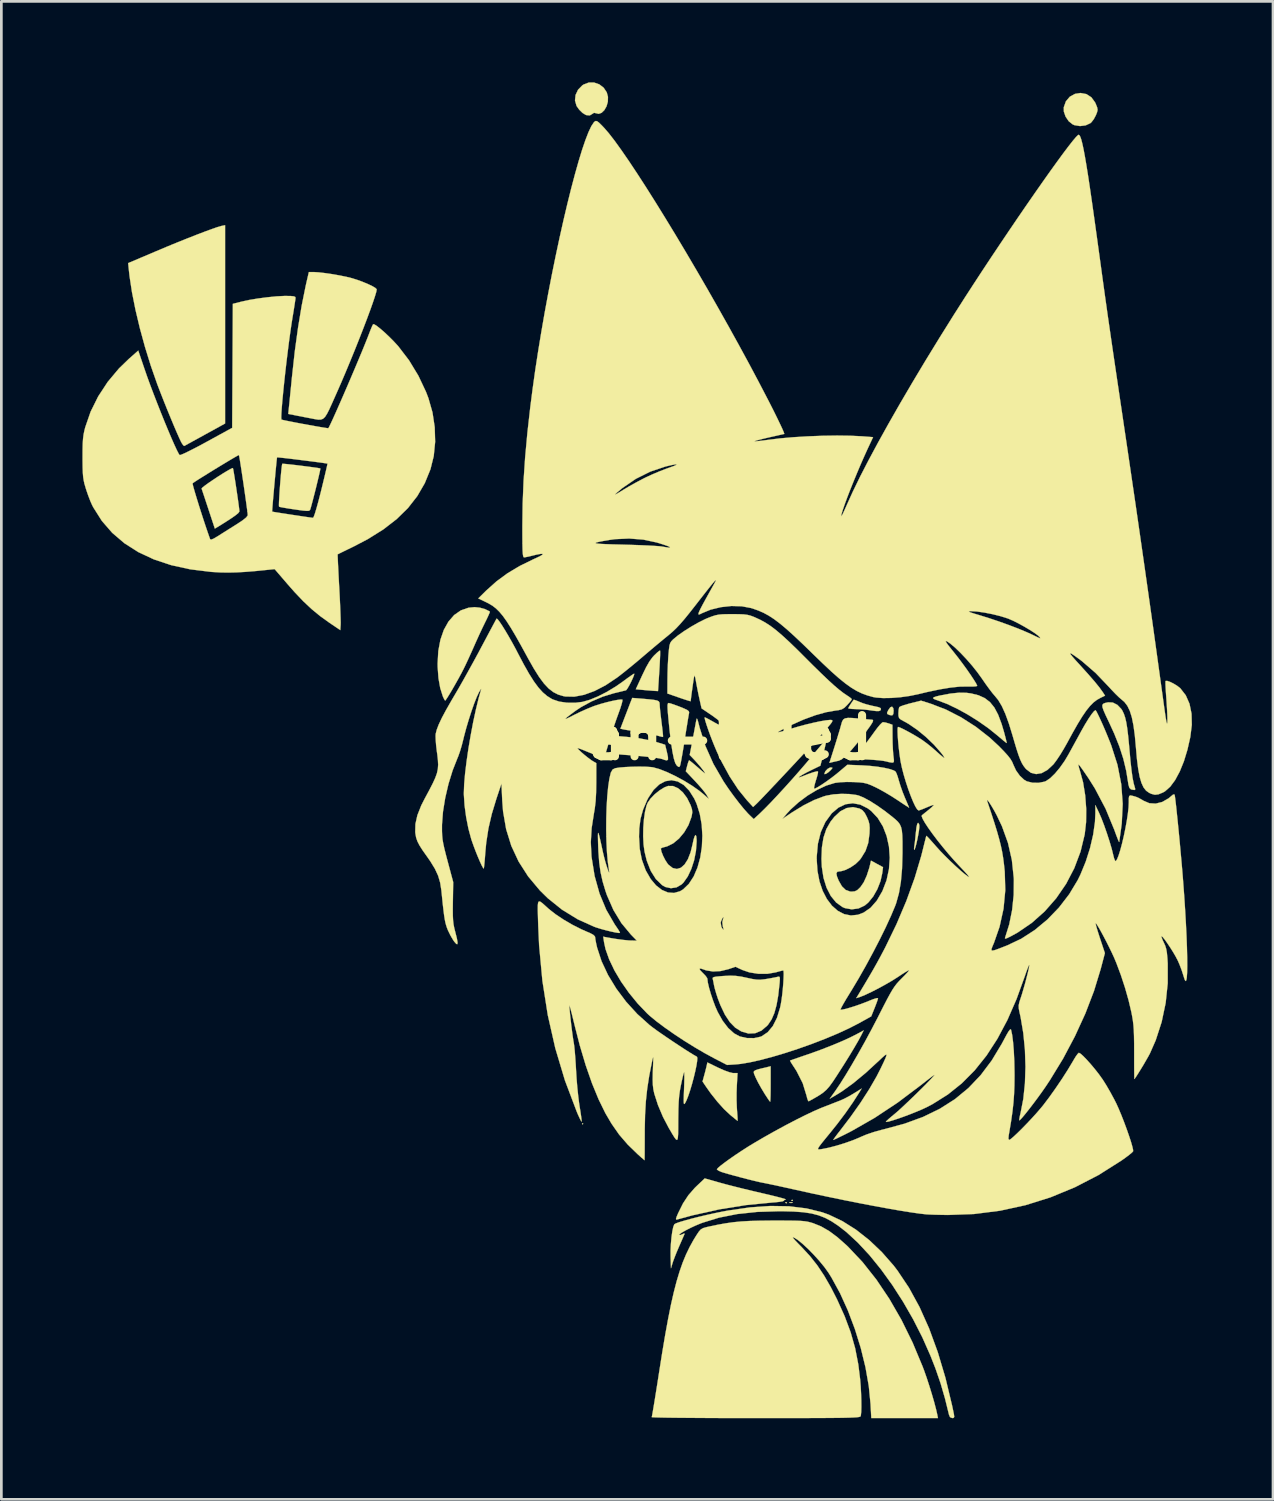
<source format=kicad_pcb>
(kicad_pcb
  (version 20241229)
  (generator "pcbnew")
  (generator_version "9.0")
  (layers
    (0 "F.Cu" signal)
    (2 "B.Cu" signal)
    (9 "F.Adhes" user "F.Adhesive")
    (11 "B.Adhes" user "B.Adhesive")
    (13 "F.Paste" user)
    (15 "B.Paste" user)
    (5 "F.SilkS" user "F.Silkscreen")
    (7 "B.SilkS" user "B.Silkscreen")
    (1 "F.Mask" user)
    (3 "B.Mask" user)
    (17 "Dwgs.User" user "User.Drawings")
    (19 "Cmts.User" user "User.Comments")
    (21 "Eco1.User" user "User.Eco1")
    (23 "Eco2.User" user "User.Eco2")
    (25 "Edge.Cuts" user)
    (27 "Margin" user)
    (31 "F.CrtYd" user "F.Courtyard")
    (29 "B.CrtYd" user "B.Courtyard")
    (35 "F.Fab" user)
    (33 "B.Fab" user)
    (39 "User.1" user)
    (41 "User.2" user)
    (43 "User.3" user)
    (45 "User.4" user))
  (footprint "ran-filled"
    (layer "F.Cu")
    (at 23.479 24.245)
    (property "Reference" "ran-filled" (at 0 0 0) (layer "F.SilkS") (effects (font (size 1.524 1.524) (thickness 0.3))))
    (attr through_hole)
    (fp_poly (pts (xy -4.947 14.29) (xy -4.97 14.312) (xy -4.992 14.29) (xy -4.97 14.268) (xy -4.947 14.29)) (stroke (width 0.01) (type solid)) (fill yes) (layer "F.SilkS"))
    (fp_poly (pts (xy 2.592 17.198) (xy 2.585 17.225) (xy 2.562 17.228) (xy 2.526 17.212) (xy 2.533 17.198) (xy 2.585 17.193) (xy 2.592 17.198)) (stroke (width 0.01) (type solid)) (fill yes) (layer "F.SilkS"))
    (fp_poly (pts (xy 2.794 17.199) (xy 2.8 17.215) (xy 2.739 17.221) (xy 2.676 17.214) (xy 2.684 17.199) (xy 2.774 17.193) (xy 2.794 17.199)) (stroke (width 0.01) (type solid)) (fill yes) (layer "F.SilkS"))
    (fp_poly (pts (xy 2.812 17.11) (xy 2.806 17.136) (xy 2.783 17.139) (xy 2.747 17.123) (xy 2.754 17.11) (xy 2.806 17.105) (xy 2.812 17.11)) (stroke (width 0.01) (type solid)) (fill yes) (layer "F.SilkS"))
    (fp_poly (pts (xy 4.268 1.109) (xy 4.267 1.136) (xy 4.215 1.197) (xy 4.128 1.278) (xy 4.044 1.335) (xy 3.987 1.352) (xy 3.976 1.337) (xy 4.01 1.247) (xy 4.091 1.159) (xy 4.183 1.107) (xy 4.206 1.104) (xy 4.268 1.109)) (stroke (width 0.01) (type solid)) (fill yes) (layer "F.SilkS"))
    (fp_poly (pts (xy 6.525 -1.093) (xy 6.538 -0.997) (xy 6.527 -0.873) (xy 6.485 -0.823) (xy 6.398 -0.834) (xy 6.371 -0.844) (xy 6.305 -0.875) (xy 6.295 -0.919) (xy 6.334 -1.006) (xy 6.339 -1.015) (xy 6.414 -1.121) (xy 6.48 -1.147) (xy 6.525 -1.093)) (stroke (width 0.01) (type solid)) (fill yes) (layer "F.SilkS"))
    (fp_poly (pts (xy -2.101 -3.174) (xy -2.102 -3.052) (xy -2.11 -2.872) (xy -2.121 -2.649) (xy -2.132 -2.463) (xy -2.18 -1.723) (xy -2.316 -1.73) (xy -2.434 -1.739) (xy -2.599 -1.752) (xy -2.727 -1.764) (xy -3.003 -1.789) (xy -2.759 -2.319) (xy -2.621 -2.603) (xy -2.499 -2.817) (xy -2.382 -2.977) (xy -2.319 -3.046) (xy -2.215 -3.145) (xy -2.137 -3.208) (xy -2.104 -3.223) (xy -2.101 -3.174)) (stroke (width 0.01) (type solid)) (fill yes) (layer "F.SilkS"))
    (fp_poly (pts (xy 1.988 12.817) (xy 1.987 13.046) (xy 1.984 13.241) (xy 1.979 13.385) (xy 1.973 13.463) (xy 1.97 13.473) (xy 1.939 13.439) (xy 1.875 13.347) (xy 1.791 13.218) (xy 1.777 13.197) (xy 1.643 12.976) (xy 1.525 12.764) (xy 1.433 12.579) (xy 1.375 12.44) (xy 1.363 12.395) (xy 1.368 12.349) (xy 1.415 12.312) (xy 1.519 12.275) (xy 1.668 12.237) (xy 1.988 12.161) (xy 1.988 12.817)) (stroke (width 0.01) (type solid)) (fill yes) (layer "F.SilkS"))
    (fp_poly (pts (xy 7.473 3.186) (xy 7.489 3.238) (xy 7.49 3.313) (xy 7.475 3.444) (xy 7.447 3.606) (xy 7.413 3.779) (xy 7.376 3.941) (xy 7.341 4.07) (xy 7.312 4.143) (xy 7.302 4.152) (xy 7.293 4.114) (xy 7.302 4.022) (xy 7.304 4.009) (xy 7.321 3.894) (xy 7.34 3.726) (xy 7.358 3.538) (xy 7.36 3.522) (xy 7.383 3.322) (xy 7.411 3.197) (xy 7.442 3.151) (xy 7.473 3.186)) (stroke (width 0.01) (type solid)) (fill yes) (layer "F.SilkS"))
    (fp_poly (pts (xy 13.673 -23.813) (xy 13.856 -23.694) (xy 13.994 -23.504) (xy 14.021 -23.444) (xy 14.071 -23.318) (xy 14.086 -23.23) (xy 14.066 -23.141) (xy 14.022 -23.03) (xy 13.947 -22.889) (xy 13.858 -22.772) (xy 13.82 -22.738) (xy 13.644 -22.656) (xy 13.436 -22.63) (xy 13.232 -22.663) (xy 13.164 -22.692) (xy 13.016 -22.81) (xy 12.902 -22.978) (xy 12.837 -23.167) (xy 12.834 -23.324) (xy 12.913 -23.546) (xy 13.057 -23.716) (xy 13.251 -23.822) (xy 13.455 -23.854) (xy 13.673 -23.813)) (stroke (width 0.01) (type solid)) (fill yes) (layer "F.SilkS"))
    (fp_poly (pts (xy -4.543 -24.24) (xy -4.352 -24.173) (xy -4.191 -24.049) (xy -4.077 -23.878) (xy -4.032 -23.711) (xy -4.037 -23.53) (xy -4.085 -23.361) (xy -4.166 -23.219) (xy -4.267 -23.121) (xy -4.377 -23.082) (xy -4.459 -23.102) (xy -4.549 -23.121) (xy -4.61 -23.081) (xy -4.706 -23.024) (xy -4.828 -23.035) (xy -4.859 -23.046) (xy -4.974 -23.117) (xy -5.095 -23.235) (xy -5.19 -23.368) (xy -5.195 -23.377) (xy -5.252 -23.576) (xy -5.231 -23.781) (xy -5.139 -23.975) (xy -4.981 -24.136) (xy -4.937 -24.166) (xy -4.744 -24.24) (xy -4.543 -24.24)) (stroke (width 0.01) (type solid)) (fill yes) (layer "F.SilkS"))
    (fp_poly (pts (xy 5.1 -1.394) (xy 5.195 -1.357) (xy 5.261 -1.329) (xy 5.392 -1.276) (xy 5.538 -1.23) (xy 5.724 -1.183) (xy 5.973 -1.129) (xy 6.06 -1.092) (xy 6.068 -1.038) (xy 6.041 -1) (xy 5.986 -0.982) (xy 5.886 -0.984) (xy 5.723 -1.004) (xy 5.632 -1.018) (xy 5.459 -1.038) (xy 5.255 -1.052) (xy 5.135 -1.056) (xy 4.992 -1.062) (xy 4.892 -1.074) (xy 4.859 -1.086) (xy 4.882 -1.137) (xy 4.939 -1.227) (xy 4.955 -1.252) (xy 5.019 -1.344) (xy 5.056 -1.399) (xy 5.059 -1.403) (xy 5.1 -1.394)) (stroke (width 0.01) (type solid)) (fill yes) (layer "F.SilkS"))
    (fp_poly (pts (xy -3.321 -0.026) (xy -2.856 0.028) (xy -2.449 0.108) (xy -2.191 0.178) (xy -1.917 0.263) (xy -1.848 0.551) (xy -1.813 0.718) (xy -1.811 0.811) (xy -1.852 0.843) (xy -1.942 0.824) (xy -2.017 0.795) (xy -2.112 0.771) (xy -2.28 0.744) (xy -2.505 0.716) (xy -2.771 0.688) (xy -3.062 0.662) (xy -3.363 0.64) (xy -3.412 0.637) (xy -3.595 0.622) (xy -3.74 0.604) (xy -3.826 0.586) (xy -3.843 0.575) (xy -3.831 0.518) (xy -3.799 0.401) (xy -3.754 0.25) (xy -3.751 0.242) (xy -3.659 -0.056) (xy -3.321 -0.026)) (stroke (width 0.01) (type solid)) (fill yes) (layer "F.SilkS"))
    (fp_poly (pts (xy 0.052 12.216) (xy 0.265 12.311) (xy 0.45 12.379) (xy 0.585 12.411) (xy 0.61 12.413) (xy 0.762 12.413) (xy 0.736 12.888) (xy 0.727 13.143) (xy 0.727 13.422) (xy 0.736 13.679) (xy 0.742 13.771) (xy 0.755 13.949) (xy 0.764 14.087) (xy 0.766 14.167) (xy 0.765 14.18) (xy 0.729 14.154) (xy 0.643 14.084) (xy 0.522 13.986) (xy 0.49 13.959) (xy 0.262 13.745) (xy 0.017 13.473) (xy -0.229 13.163) (xy -0.392 12.933) (xy -0.533 12.724) (xy -0.469 12.491) (xy -0.427 12.334) (xy -0.392 12.194) (xy -0.379 12.138) (xy -0.353 12.019) (xy 0.052 12.216)) (stroke (width 0.01) (type solid)) (fill yes) (layer "F.SilkS"))
    (fp_poly (pts (xy 6.235 -0.56) (xy 6.353 -0.526) (xy 6.354 -0.526) (xy 6.494 -0.477) (xy 6.497 -0.007) (xy 6.501 0.218) (xy 6.511 0.438) (xy 6.524 0.62) (xy 6.533 0.696) (xy 6.549 0.83) (xy 6.545 0.899) (xy 6.515 0.922) (xy 6.475 0.924) (xy 6.366 0.907) (xy 6.251 0.877) (xy 6.155 0.859) (xy 5.994 0.839) (xy 5.79 0.822) (xy 5.58 0.809) (xy 5.042 0.783) (xy 5.304 0.471) (xy 5.455 0.285) (xy 5.624 0.065) (xy 5.781 -0.15) (xy 5.82 -0.205) (xy 5.934 -0.359) (xy 6.037 -0.482) (xy 6.114 -0.557) (xy 6.145 -0.572) (xy 6.235 -0.56)) (stroke (width 0.01) (type solid)) (fill yes) (layer "F.SilkS"))
    (fp_poly (pts (xy 9.23 -1.659) (xy 9.407 -1.635) (xy 9.683 -1.566) (xy 9.912 -1.462) (xy 10.104 -1.314) (xy 10.266 -1.113) (xy 10.406 -0.849) (xy 10.532 -0.513) (xy 10.62 -0.219) (xy 10.667 -0.042) (xy 10.702 0.098) (xy 10.721 0.184) (xy 10.722 0.201) (xy 10.687 0.177) (xy 10.6 0.108) (xy 10.476 0.003) (xy 10.381 -0.078) (xy 10.047 -0.346) (xy 9.673 -0.609) (xy 9.279 -0.855) (xy 8.885 -1.072) (xy 8.512 -1.249) (xy 8.194 -1.369) (xy 8.056 -1.418) (xy 7.997 -1.457) (xy 8.02 -1.492) (xy 8.127 -1.528) (xy 8.268 -1.561) (xy 8.642 -1.631) (xy 8.956 -1.663) (xy 9.23 -1.659)) (stroke (width 0.01) (type solid)) (fill yes) (layer "F.SilkS"))
    (fp_poly (pts (xy 5.008 -0.727) (xy 5.242 -0.707) (xy 5.257 -0.706) (xy 5.445 -0.688) (xy 5.602 -0.674) (xy 5.706 -0.665) (xy 5.732 -0.664) (xy 5.77 -0.654) (xy 5.778 -0.621) (xy 5.749 -0.554) (xy 5.679 -0.444) (xy 5.562 -0.281) (xy 5.461 -0.147) (xy 5.195 0.198) (xy 4.964 0.472) (xy 4.771 0.674) (xy 4.618 0.802) (xy 4.512 0.853) (xy 4.374 0.883) (xy 4.272 0.907) (xy 4.161 0.935) (xy 4.349 0.346) (xy 4.423 0.109) (xy 4.493 -0.12) (xy 4.552 -0.317) (xy 4.591 -0.457) (xy 4.595 -0.472) (xy 4.629 -0.589) (xy 4.672 -0.668) (xy 4.739 -0.713) (xy 4.846 -0.731) (xy 5.008 -0.727)) (stroke (width 0.01) (type solid)) (fill yes) (layer "F.SilkS"))
    (fp_poly (pts (xy -17.899 -9.927) (xy -17.878 -9.81) (xy -17.85 -9.639) (xy -17.817 -9.432) (xy -17.783 -9.205) (xy -17.749 -8.975) (xy -17.718 -8.759) (xy -17.693 -8.575) (xy -17.676 -8.439) (xy -17.67 -8.369) (xy -17.709 -8.313) (xy -17.826 -8.217) (xy -18.022 -8.082) (xy -18.297 -7.907) (xy -18.422 -7.83) (xy -18.579 -7.735) (xy -18.815 -8.45) (xy -18.894 -8.689) (xy -18.964 -8.901) (xy -19.02 -9.069) (xy -19.057 -9.18) (xy -19.07 -9.216) (xy -19.04 -9.253) (xy -18.951 -9.324) (xy -18.816 -9.422) (xy -18.652 -9.534) (xy -18.474 -9.652) (xy -18.297 -9.765) (xy -18.137 -9.862) (xy -18.01 -9.935) (xy -17.929 -9.973) (xy -17.911 -9.974) (xy -17.899 -9.927)) (stroke (width 0.01) (type solid)) (fill yes) (layer "F.SilkS"))
    (fp_poly (pts (xy 0.139 16.477) (xy 0.371 16.54) (xy 0.664 16.615) (xy 0.993 16.697) (xy 1.334 16.779) (xy 1.659 16.855) (xy 1.672 16.858) (xy 1.942 16.921) (xy 2.175 16.978) (xy 2.361 17.026) (xy 2.488 17.062) (xy 2.545 17.083) (xy 2.545 17.087) (xy 2.483 17.119) (xy 2.474 17.139) (xy 2.433 17.157) (xy 2.322 17.176) (xy 2.162 17.194) (xy 2.043 17.203) (xy 1.076 17.297) (xy 0.083 17.456) (xy -0.907 17.677) (xy -1.47 17.83) (xy -1.508 17.833) (xy -1.515 17.802) (xy -1.488 17.72) (xy -1.435 17.596) (xy -1.255 17.234) (xy -1.056 16.932) (xy -0.82 16.661) (xy -0.745 16.588) (xy -0.451 16.31) (xy 0.139 16.477)) (stroke (width 0.01) (type solid)) (fill yes) (layer "F.SilkS"))
    (fp_poly (pts (xy -2.75 -1.439) (xy -2.502 -1.417) (xy -2.33 -1.397) (xy -2.219 -1.375) (xy -2.156 -1.345) (xy -2.128 -1.303) (xy -2.12 -1.246) (xy -2.12 -1.235) (xy -2.115 -1.144) (xy -2.1 -0.988) (xy -2.077 -0.788) (xy -2.051 -0.574) (xy -2.025 -0.368) (xy -2.006 -0.196) (xy -1.995 -0.076) (xy -1.995 -0.026) (xy -1.995 -0.026) (xy -2.042 -0.032) (xy -2.147 -0.059) (xy -2.253 -0.09) (xy -2.41 -0.131) (xy -2.619 -0.174) (xy -2.841 -0.211) (xy -2.915 -0.222) (xy -3.113 -0.249) (xy -3.289 -0.275) (xy -3.417 -0.297) (xy -3.454 -0.304) (xy -3.573 -0.331) (xy -3.404 -0.773) (xy -3.328 -0.97) (xy -3.259 -1.149) (xy -3.207 -1.286) (xy -3.184 -1.342) (xy -3.134 -1.47) (xy -2.75 -1.439)) (stroke (width 0.01) (type solid)) (fill yes) (layer "F.SilkS"))
    (fp_poly (pts (xy 5.338 11.016) (xy 5.235 11.208) (xy 5.088 11.461) (xy 4.908 11.761) (xy 4.7 12.095) (xy 4.472 12.451) (xy 4.439 12.503) (xy 4.291 12.727) (xy 4.168 12.897) (xy 4.053 13.028) (xy 3.926 13.139) (xy 3.769 13.245) (xy 3.565 13.364) (xy 3.394 13.458) (xy 3.369 13.428) (xy 3.337 13.336) (xy 3.319 13.259) (xy 3.173 12.785) (xy 2.946 12.338) (xy 2.889 12.249) (xy 2.799 12.112) (xy 2.734 12.008) (xy 2.705 11.953) (xy 2.705 11.95) (xy 2.749 11.934) (xy 2.861 11.894) (xy 3.029 11.836) (xy 3.237 11.764) (xy 3.379 11.716) (xy 3.823 11.557) (xy 4.254 11.389) (xy 4.655 11.221) (xy 5.003 11.059) (xy 5.194 10.961) (xy 5.43 10.833) (xy 5.338 11.016)) (stroke (width 0.01) (type solid)) (fill yes) (layer "F.SilkS"))
    (fp_poly (pts (xy 14.65 -1.298) (xy 14.818 -1.212) (xy 14.963 -1.061) (xy 15.003 -0.998) (xy 15.058 -0.882) (xy 15.105 -0.744) (xy 15.146 -0.57) (xy 15.182 -0.349) (xy 15.216 -0.069) (xy 15.25 0.283) (xy 15.264 0.442) (xy 15.303 0.871) (xy 15.342 1.218) (xy 15.38 1.491) (xy 15.421 1.695) (xy 15.462 1.837) (xy 15.481 1.912) (xy 15.451 1.938) (xy 15.356 1.923) (xy 15.32 1.914) (xy 15.262 1.86) (xy 15.225 1.731) (xy 15.219 1.687) (xy 15.145 1.228) (xy 15.038 0.782) (xy 14.892 0.329) (xy 14.7 -0.152) (xy 14.501 -0.585) (xy 14.385 -0.829) (xy 14.307 -1.006) (xy 14.266 -1.127) (xy 14.262 -1.206) (xy 14.294 -1.253) (xy 14.362 -1.282) (xy 14.466 -1.305) (xy 14.477 -1.307) (xy 14.65 -1.298)) (stroke (width 0.01) (type solid)) (fill yes) (layer "F.SilkS"))
    (fp_poly (pts (xy -1.72 -1.266) (xy -1.596 -1.225) (xy -1.435 -1.166) (xy -1.369 -1.141) (xy -1.195 -1.069) (xy -1.09 -1.017) (xy -1.039 -0.973) (xy -1.029 -0.928) (xy -1.032 -0.909) (xy -1.045 -0.838) (xy -1.07 -0.695) (xy -1.102 -0.495) (xy -1.142 -0.252) (xy -1.184 0.019) (xy -1.192 0.066) (xy -1.235 0.34) (xy -1.276 0.587) (xy -1.313 0.794) (xy -1.341 0.945) (xy -1.36 1.025) (xy -1.362 1.031) (xy -1.39 1.085) (xy -1.427 1.08) (xy -1.487 1.031) (xy -1.542 0.942) (xy -1.595 0.771) (xy -1.647 0.517) (xy -1.699 0.178) (xy -1.75 -0.247) (xy -1.765 -0.398) (xy -1.795 -0.7) (xy -1.816 -0.925) (xy -1.826 -1.085) (xy -1.828 -1.189) (xy -1.82 -1.249) (xy -1.804 -1.276) (xy -1.785 -1.281) (xy -1.72 -1.266)) (stroke (width 0.01) (type solid)) (fill yes) (layer "F.SilkS"))
    (fp_poly (pts (xy -18.2 -11.624) (xy -18.94 -11.217) (xy -19.172 -11.089) (xy -19.378 -10.976) (xy -19.544 -10.885) (xy -19.659 -10.821) (xy -19.71 -10.793) (xy -19.711 -10.793) (xy -19.748 -10.817) (xy -19.804 -10.899) (xy -19.828 -10.943) (xy -19.894 -11.082) (xy -19.985 -11.288) (xy -20.095 -11.544) (xy -20.216 -11.835) (xy -20.343 -12.144) (xy -20.468 -12.455) (xy -20.585 -12.753) (xy -20.688 -13.02) (xy -20.713 -13.087) (xy -20.948 -13.759) (xy -21.163 -14.453) (xy -21.354 -15.151) (xy -21.516 -15.833) (xy -21.645 -16.481) (xy -21.736 -17.078) (xy -21.758 -17.276) (xy -21.787 -17.559) (xy -20.755 -17.997) (xy -20.364 -18.162) (xy -19.977 -18.321) (xy -19.606 -18.47) (xy -19.26 -18.606) (xy -18.951 -18.724) (xy -18.689 -18.82) (xy -18.485 -18.891) (xy -18.348 -18.931) (xy -18.327 -18.936) (xy -18.2 -18.962) (xy -18.2 -11.624)) (stroke (width 0.01) (type solid)) (fill yes) (layer "F.SilkS"))
    (fp_poly (pts (xy -8.772 -4.809) (xy -8.58 -4.755) (xy -8.428 -4.68) (xy -8.401 -4.659) (xy -8.414 -4.618) (xy -8.459 -4.514) (xy -8.528 -4.367) (xy -8.583 -4.256) (xy -8.686 -4.044) (xy -8.805 -3.789) (xy -8.923 -3.529) (xy -8.989 -3.379) (xy -9.094 -3.143) (xy -9.208 -2.892) (xy -9.315 -2.664) (xy -9.376 -2.54) (xy -9.46 -2.377) (xy -9.562 -2.189) (xy -9.674 -1.99) (xy -9.785 -1.796) (xy -9.888 -1.622) (xy -9.974 -1.483) (xy -10.034 -1.394) (xy -10.057 -1.369) (xy -10.084 -1.406) (xy -10.129 -1.497) (xy -10.144 -1.532) (xy -10.239 -1.833) (xy -10.304 -2.198) (xy -10.334 -2.609) (xy -10.336 -2.743) (xy -10.31 -3.207) (xy -10.232 -3.623) (xy -10.106 -3.987) (xy -9.935 -4.293) (xy -9.724 -4.536) (xy -9.475 -4.709) (xy -9.192 -4.807) (xy -8.967 -4.829) (xy -8.772 -4.809)) (stroke (width 0.01) (type solid)) (fill yes) (layer "F.SilkS"))
    (fp_poly (pts (xy -16.034 -10.133) (xy -15.917 -10.122) (xy -15.748 -10.104) (xy -15.547 -10.081) (xy -15.331 -10.054) (xy -15.119 -10.027) (xy -14.93 -10.002) (xy -14.782 -9.981) (xy -14.692 -9.965) (xy -14.675 -9.96) (xy -14.68 -9.916) (xy -14.704 -9.804) (xy -14.742 -9.639) (xy -14.79 -9.439) (xy -14.843 -9.22) (xy -14.899 -9) (xy -14.952 -8.794) (xy -14.998 -8.62) (xy -15.033 -8.494) (xy -15.053 -8.435) (xy -15.074 -8.407) (xy -15.116 -8.392) (xy -15.193 -8.391) (xy -15.32 -8.402) (xy -15.512 -8.428) (xy -15.634 -8.446) (xy -15.844 -8.477) (xy -16.02 -8.507) (xy -16.145 -8.53) (xy -16.202 -8.545) (xy -16.203 -8.546) (xy -16.208 -8.596) (xy -16.205 -8.715) (xy -16.196 -8.888) (xy -16.183 -9.097) (xy -16.167 -9.324) (xy -16.149 -9.552) (xy -16.131 -9.764) (xy -16.113 -9.943) (xy -16.097 -10.071) (xy -16.085 -10.132) (xy -16.083 -10.134) (xy -16.034 -10.133)) (stroke (width 0.01) (type solid)) (fill yes) (layer "F.SilkS"))
    (fp_poly (pts (xy 0.7 8.816) (xy 0.904 8.844) (xy 1.1 8.886) (xy 1.309 8.931) (xy 1.465 8.954) (xy 1.6 8.958) (xy 1.746 8.943) (xy 1.829 8.931) (xy 2 8.901) (xy 2.148 8.873) (xy 2.241 8.852) (xy 2.242 8.852) (xy 2.295 8.842) (xy 2.322 8.86) (xy 2.329 8.924) (xy 2.321 9.054) (xy 2.316 9.106) (xy 2.268 9.541) (xy 2.205 9.899) (xy 2.125 10.19) (xy 2.023 10.426) (xy 1.898 10.615) (xy 1.861 10.658) (xy 1.647 10.841) (xy 1.414 10.938) (xy 1.165 10.949) (xy 0.904 10.872) (xy 0.902 10.871) (xy 0.679 10.733) (xy 0.478 10.528) (xy 0.295 10.25) (xy 0.126 9.894) (xy 0.034 9.652) (xy -0.026 9.47) (xy -0.077 9.294) (xy -0.107 9.166) (xy -0.131 9.035) (xy -0.154 8.933) (xy -0.158 8.919) (xy -0.155 8.885) (xy -0.116 8.861) (xy -0.024 8.843) (xy 0.133 8.828) (xy 0.253 8.819) (xy 0.498 8.808) (xy 0.7 8.816)) (stroke (width 0.01) (type solid)) (fill yes) (layer "F.SilkS"))
    (fp_poly (pts (xy -14.916 -17.228) (xy -14.739 -17.217) (xy -14.503 -17.19) (xy -14.233 -17.151) (xy -13.958 -17.102) (xy -13.703 -17.05) (xy -13.53 -17.007) (xy -13.323 -16.944) (xy -13.114 -16.868) (xy -12.92 -16.787) (xy -12.756 -16.71) (xy -12.641 -16.642) (xy -12.59 -16.592) (xy -12.59 -16.587) (xy -12.606 -16.493) (xy -12.655 -16.328) (xy -12.731 -16.1) (xy -12.831 -15.819) (xy -12.951 -15.494) (xy -13.089 -15.134) (xy -13.24 -14.748) (xy -13.4 -14.346) (xy -13.567 -13.938) (xy -13.736 -13.531) (xy -13.904 -13.137) (xy -14.068 -12.763) (xy -14.106 -12.678) (xy -14.24 -12.377) (xy -14.345 -12.146) (xy -14.43 -11.979) (xy -14.504 -11.865) (xy -14.577 -11.798) (xy -14.659 -11.768) (xy -14.757 -11.767) (xy -14.883 -11.787) (xy -15.045 -11.819) (xy -15.063 -11.822) (xy -15.266 -11.861) (xy -15.472 -11.901) (xy -15.628 -11.932) (xy -15.862 -11.978) (xy -15.837 -12.229) (xy -15.824 -12.351) (xy -15.805 -12.544) (xy -15.781 -12.787) (xy -15.753 -13.062) (xy -15.725 -13.35) (xy -15.723 -13.363) (xy -15.62 -14.298) (xy -15.5 -15.173) (xy -15.367 -15.978) (xy -15.22 -16.706) (xy -15.19 -16.841) (xy -15.1 -17.228) (xy -14.916 -17.228)) (stroke (width 0.01) (type solid)) (fill yes) (layer "F.SilkS"))
    (fp_poly (pts (xy 5.274 2.623) (xy 5.282 2.627) (xy 5.386 2.688) (xy 5.469 2.785) (xy 5.551 2.941) (xy 5.609 3.081) (xy 5.641 3.202) (xy 5.652 3.339) (xy 5.646 3.527) (xy 5.645 3.549) (xy 5.599 3.896) (xy 5.497 4.194) (xy 5.328 4.468) (xy 5.278 4.531) (xy 5.134 4.671) (xy 4.952 4.797) (xy 4.762 4.893) (xy 4.59 4.944) (xy 4.541 4.947) (xy 4.455 4.964) (xy 4.421 5.019) (xy 4.439 5.126) (xy 4.504 5.29) (xy 4.627 5.504) (xy 4.765 5.637) (xy 4.926 5.695) (xy 4.985 5.698) (xy 5.103 5.687) (xy 5.198 5.639) (xy 5.305 5.536) (xy 5.312 5.528) (xy 5.432 5.353) (xy 5.543 5.109) (xy 5.638 4.816) (xy 5.673 4.672) (xy 5.7 4.551) (xy 5.923 4.672) (xy 6.146 4.793) (xy 6.119 5.008) (xy 6.053 5.308) (xy 5.937 5.605) (xy 5.784 5.876) (xy 5.605 6.097) (xy 5.474 6.209) (xy 5.241 6.32) (xy 4.989 6.354) (xy 4.739 6.309) (xy 4.649 6.271) (xy 4.413 6.102) (xy 4.214 5.86) (xy 4.057 5.554) (xy 3.944 5.192) (xy 3.881 4.781) (xy 3.868 4.484) (xy 3.885 4.057) (xy 3.944 3.696) (xy 4.048 3.385) (xy 4.203 3.111) (xy 4.343 2.933) (xy 4.566 2.726) (xy 4.798 2.606) (xy 5.035 2.571) (xy 5.274 2.623)) (stroke (width 0.01) (type solid)) (fill yes) (layer "F.SilkS"))
    (fp_poly (pts (xy -1.623 1.791) (xy -1.439 1.872) (xy -1.263 2.023) (xy -1.106 2.233) (xy -0.977 2.493) (xy -0.972 2.506) (xy -0.924 2.651) (xy -0.911 2.763) (xy -0.932 2.889) (xy -0.945 2.943) (xy -1.053 3.234) (xy -1.211 3.503) (xy -1.404 3.735) (xy -1.621 3.914) (xy -1.847 4.025) (xy -1.928 4.046) (xy -2.027 4.073) (xy -2.075 4.102) (xy -2.076 4.105) (xy -2.053 4.22) (xy -1.992 4.374) (xy -1.91 4.535) (xy -1.822 4.669) (xy -1.79 4.706) (xy -1.636 4.825) (xy -1.482 4.86) (xy -1.334 4.814) (xy -1.197 4.693) (xy -1.075 4.5) (xy -0.974 4.24) (xy -0.906 3.964) (xy -0.862 3.765) (xy -0.822 3.644) (xy -0.789 3.604) (xy -0.765 3.645) (xy -0.753 3.771) (xy -0.752 3.845) (xy -0.776 4.191) (xy -0.843 4.534) (xy -0.947 4.856) (xy -1.079 5.137) (xy -1.234 5.358) (xy -1.306 5.43) (xy -1.493 5.54) (xy -1.702 5.572) (xy -1.91 5.526) (xy -2.027 5.459) (xy -2.259 5.234) (xy -2.448 4.933) (xy -2.596 4.556) (xy -2.679 4.217) (xy -2.715 3.953) (xy -2.73 3.651) (xy -2.725 3.335) (xy -2.702 3.026) (xy -2.662 2.746) (xy -2.607 2.518) (xy -2.566 2.415) (xy -2.461 2.26) (xy -2.305 2.098) (xy -2.123 1.951) (xy -1.94 1.839) (xy -1.805 1.788) (xy -1.623 1.791)) (stroke (width 0.01) (type solid)) (fill yes) (layer "F.SilkS"))
    (fp_poly (pts (xy 2.674 17.342) (xy 3.31 17.42) (xy 3.886 17.561) (xy 4.138 17.651) (xy 4.642 17.89) (xy 5.146 18.207) (xy 5.637 18.594) (xy 6.105 19.04) (xy 6.539 19.535) (xy 6.679 19.718) (xy 7.106 20.356) (xy 7.497 21.071) (xy 7.852 21.864) (xy 8.171 22.736) (xy 8.455 23.688) (xy 8.703 24.721) (xy 8.769 25.036) (xy 8.781 25.134) (xy 8.756 25.173) (xy 8.707 25.179) (xy 8.626 25.145) (xy 8.588 25.058) (xy 8.438 24.45) (xy 8.276 23.893) (xy 8.089 23.35) (xy 7.903 22.874) (xy 7.601 22.192) (xy 7.26 21.522) (xy 6.887 20.873) (xy 6.49 20.256) (xy 6.074 19.679) (xy 5.648 19.154) (xy 5.217 18.69) (xy 4.79 18.295) (xy 4.484 18.058) (xy 4.241 17.897) (xy 4.006 17.771) (xy 3.763 17.676) (xy 3.498 17.607) (xy 3.194 17.562) (xy 2.836 17.536) (xy 2.41 17.525) (xy 2.297 17.525) (xy 1.489 17.55) (xy 0.749 17.629) (xy 0.074 17.763) (xy -0.538 17.952) (xy -0.607 17.978) (xy -0.795 18.056) (xy -0.982 18.143) (xy -1.152 18.23) (xy -1.289 18.308) (xy -1.377 18.369) (xy -1.4 18.404) (xy -1.399 18.405) (xy -1.348 18.404) (xy -1.278 18.375) (xy -1.209 18.344) (xy -1.198 18.364) (xy -1.205 18.382) (xy -1.234 18.447) (xy -1.288 18.572) (xy -1.36 18.736) (xy -1.407 18.843) (xy -1.491 19.04) (xy -1.567 19.232) (xy -1.625 19.388) (xy -1.641 19.439) (xy -1.701 19.635) (xy -1.714 19.216) (xy -1.715 18.975) (xy -1.703 18.724) (xy -1.681 18.483) (xy -1.651 18.27) (xy -1.616 18.106) (xy -1.577 18.009) (xy -1.575 18.006) (xy -1.515 17.973) (xy -1.381 17.925) (xy -1.188 17.868) (xy -0.948 17.802) (xy -0.676 17.733) (xy -0.384 17.664) (xy -0.086 17.598) (xy 0.205 17.538) (xy 0.42 17.498) (xy 1.228 17.382) (xy 1.98 17.33) (xy 2.674 17.342)) (stroke (width 0.01) (type solid)) (fill yes) (layer "F.SilkS"))
    (fp_poly (pts (xy 2.73 17.872) (xy 2.946 17.876) (xy 3.113 17.883) (xy 3.243 17.895) (xy 3.35 17.911) (xy 3.447 17.934) (xy 3.546 17.963) (xy 3.556 17.966) (xy 3.85 18.084) (xy 4.148 18.255) (xy 4.46 18.487) (xy 4.799 18.787) (xy 4.853 18.839) (xy 5.388 19.406) (xy 5.898 20.051) (xy 6.38 20.768) (xy 6.829 21.548) (xy 7.241 22.386) (xy 7.611 23.272) (xy 7.664 23.412) (xy 7.758 23.679) (xy 7.857 23.982) (xy 7.954 24.296) (xy 8.041 24.597) (xy 8.11 24.861) (xy 8.15 25.036) (xy 8.179 25.179) (xy 5.712 25.179) (xy 5.684 24.66) (xy 5.619 23.997) (xy 5.497 23.3) (xy 5.323 22.588) (xy 5.103 21.88) (xy 4.844 21.194) (xy 4.552 20.551) (xy 4.233 19.969) (xy 4.129 19.802) (xy 3.981 19.596) (xy 3.796 19.37) (xy 3.589 19.14) (xy 3.377 18.923) (xy 3.173 18.734) (xy 2.995 18.589) (xy 2.891 18.522) (xy 2.827 18.491) (xy 2.805 18.492) (xy 2.83 18.531) (xy 2.905 18.616) (xy 3.036 18.751) (xy 3.137 18.853) (xy 3.438 19.179) (xy 3.711 19.524) (xy 3.967 19.907) (xy 4.218 20.343) (xy 4.443 20.784) (xy 4.726 21.41) (xy 4.948 22.005) (xy 5.114 22.591) (xy 5.231 23.193) (xy 5.299 23.743) (xy 5.32 24.003) (xy 5.334 24.272) (xy 5.342 24.531) (xy 5.344 24.764) (xy 5.339 24.952) (xy 5.326 25.077) (xy 5.318 25.109) (xy 5.307 25.121) (xy 5.281 25.132) (xy 5.233 25.142) (xy 5.159 25.15) (xy 5.053 25.156) (xy 4.91 25.162) (xy 4.724 25.167) (xy 4.491 25.171) (xy 4.204 25.173) (xy 3.858 25.176) (xy 3.448 25.177) (xy 2.969 25.178) (xy 2.415 25.179) (xy 1.781 25.179) (xy 1.428 25.179) (xy 0.853 25.179) (xy 0.304 25.178) (xy -0.212 25.176) (xy -0.689 25.173) (xy -1.121 25.17) (xy -1.501 25.167) (xy -1.824 25.163) (xy -2.083 25.158) (xy -2.271 25.153) (xy -2.383 25.148) (xy -2.413 25.144) (xy -2.401 25.093) (xy -2.378 24.965) (xy -2.345 24.77) (xy -2.303 24.517) (xy -2.255 24.217) (xy -2.201 23.878) (xy -2.144 23.512) (xy -2.142 23.498) (xy -2.025 22.757) (xy -1.914 22.097) (xy -1.807 21.51) (xy -1.703 20.99) (xy -1.598 20.528) (xy -1.492 20.118) (xy -1.382 19.753) (xy -1.267 19.424) (xy -1.144 19.126) (xy -1.011 18.85) (xy -0.867 18.589) (xy -0.758 18.412) (xy -0.67 18.28) (xy -0.598 18.199) (xy -0.513 18.15) (xy -0.386 18.113) (xy -0.287 18.091) (xy 0.035 18.023) (xy 0.327 17.971) (xy 0.608 17.931) (xy 0.897 17.903) (xy 1.213 17.885) (xy 1.576 17.875) (xy 2.003 17.87) (xy 2.098 17.87) (xy 2.452 17.87) (xy 2.73 17.872)) (stroke (width 0.01) (type solid)) (fill yes) (layer "F.SilkS"))
    (fp_poly (pts (xy 0.814 -4.568) (xy 0.989 -4.561) (xy 1.123 -4.544) (xy 1.238 -4.516) (xy 1.357 -4.472) (xy 1.404 -4.452) (xy 1.602 -4.361) (xy 1.793 -4.256) (xy 1.985 -4.131) (xy 2.188 -3.977) (xy 2.412 -3.786) (xy 2.668 -3.551) (xy 2.965 -3.264) (xy 3.225 -3.005) (xy 3.575 -2.655) (xy 3.873 -2.364) (xy 4.125 -2.124) (xy 4.337 -1.931) (xy 4.518 -1.777) (xy 4.674 -1.656) (xy 4.812 -1.562) (xy 4.829 -1.551) (xy 4.928 -1.483) (xy 4.986 -1.432) (xy 4.991 -1.421) (xy 4.963 -1.375) (xy 4.891 -1.287) (xy 4.823 -1.211) (xy 4.715 -1.105) (xy 4.618 -1.046) (xy 4.493 -1.015) (xy 4.393 -1.003) (xy 4.039 -0.941) (xy 3.637 -0.828) (xy 3.203 -0.668) (xy 2.787 -0.483) (xy 2.591 -0.386) (xy 2.428 -0.303) (xy 2.313 -0.24) (xy 2.26 -0.204) (xy 2.259 -0.2) (xy 2.306 -0.205) (xy 2.419 -0.233) (xy 2.582 -0.279) (xy 2.762 -0.335) (xy 3.027 -0.414) (xy 3.304 -0.488) (xy 3.575 -0.552) (xy 3.823 -0.605) (xy 4.031 -0.64) (xy 4.181 -0.655) (xy 4.23 -0.654) (xy 4.265 -0.644) (xy 4.274 -0.619) (xy 4.252 -0.57) (xy 4.191 -0.488) (xy 4.086 -0.363) (xy 3.929 -0.187) (xy 3.841 -0.088) (xy 3.688 0.081) (xy 3.498 0.288) (xy 3.279 0.524) (xy 3.041 0.781) (xy 2.792 1.048) (xy 2.54 1.317) (xy 2.295 1.578) (xy 2.064 1.823) (xy 1.857 2.042) (xy 1.681 2.226) (xy 1.546 2.366) (xy 1.46 2.452) (xy 1.447 2.465) (xy 1.338 2.566) (xy 1.108 2.314) (xy 0.786 1.917) (xy 0.473 1.44) (xy 0.175 0.894) (xy 0.005 0.537) (xy -0.079 0.341) (xy -0.166 0.126) (xy -0.251 -0.095) (xy -0.327 -0.306) (xy -0.39 -0.492) (xy -0.435 -0.638) (xy -0.455 -0.728) (xy -0.451 -0.751) (xy -0.428 -0.744) (xy -0.379 -0.72) (xy -0.293 -0.675) (xy -0.163 -0.603) (xy 0.02 -0.499) (xy 0.266 -0.359) (xy 0.442 -0.258) (xy 0.503 -0.23) (xy 0.505 -0.247) (xy 0.458 -0.302) (xy 0.37 -0.384) (xy 0.253 -0.486) (xy 0.115 -0.598) (xy -0.032 -0.712) (xy -0.18 -0.82) (xy -0.229 -0.853) (xy -0.568 -1.082) (xy -0.64 -1.401) (xy -0.688 -1.623) (xy -0.737 -1.87) (xy -0.769 -2.042) (xy -0.798 -2.201) (xy -0.818 -2.282) (xy -0.833 -2.293) (xy -0.847 -2.244) (xy -0.854 -2.209) (xy -0.869 -2.115) (xy -0.89 -1.971) (xy -0.914 -1.8) (xy -0.938 -1.628) (xy -0.957 -1.478) (xy -0.969 -1.376) (xy -0.972 -1.348) (xy -1.011 -1.355) (xy -1.115 -1.387) (xy -1.268 -1.437) (xy -1.403 -1.483) (xy -1.833 -1.633) (xy -1.831 -2.131) (xy -1.827 -2.394) (xy -1.817 -2.684) (xy -1.802 -2.955) (xy -1.794 -3.068) (xy -1.775 -3.271) (xy -1.756 -3.408) (xy -1.729 -3.499) (xy -1.688 -3.566) (xy -1.627 -3.629) (xy -1.62 -3.636) (xy -1.444 -3.781) (xy -1.212 -3.944) (xy -0.95 -4.109) (xy -0.683 -4.261) (xy -0.438 -4.383) (xy -0.343 -4.424) (xy -0.183 -4.486) (xy -0.054 -4.527) (xy 0.072 -4.552) (xy 0.218 -4.565) (xy 0.411 -4.569) (xy 0.574 -4.57) (xy 0.814 -4.568)) (stroke (width 0.01) (type solid)) (fill yes) (layer "F.SilkS"))
    (fp_poly (pts (xy -6.537 6.069) (xy -6.461 6.124) (xy -6.355 6.218) (xy -6.221 6.34) (xy -5.978 6.531) (xy -5.679 6.731) (xy -5.351 6.923) (xy -5.022 7.09) (xy -4.851 7.165) (xy -4.672 7.243) (xy -4.565 7.304) (xy -4.514 7.358) (xy -4.506 7.394) (xy -4.495 7.481) (xy -4.468 7.622) (xy -4.434 7.772) (xy -4.269 8.275) (xy -4.029 8.786) (xy -3.722 9.291) (xy -3.359 9.775) (xy -2.948 10.226) (xy -2.5 10.629) (xy -2.374 10.727) (xy -2.237 10.828) (xy -2.057 10.954) (xy -1.848 11.097) (xy -1.625 11.247) (xy -1.4 11.396) (xy -1.187 11.535) (xy -1 11.654) (xy -0.854 11.744) (xy -0.76 11.797) (xy -0.741 11.805) (xy -0.725 11.854) (xy -0.733 11.972) (xy -0.76 12.143) (xy -0.804 12.351) (xy -0.859 12.581) (xy -0.923 12.819) (xy -0.991 13.048) (xy -1.059 13.252) (xy -1.124 13.418) (xy -1.174 13.517) (xy -1.2 13.554) (xy -1.218 13.556) (xy -1.227 13.514) (xy -1.23 13.417) (xy -1.226 13.253) (xy -1.217 13.013) (xy -1.216 12.99) (xy -1.209 12.766) (xy -1.205 12.581) (xy -1.206 12.447) (xy -1.211 12.38) (xy -1.215 12.376) (xy -1.233 12.427) (xy -1.264 12.546) (xy -1.302 12.712) (xy -1.333 12.86) (xy -1.371 13.062) (xy -1.398 13.263) (xy -1.416 13.484) (xy -1.426 13.745) (xy -1.431 14.069) (xy -1.432 14.146) (xy -1.433 14.453) (xy -1.436 14.675) (xy -1.447 14.817) (xy -1.469 14.882) (xy -1.507 14.876) (xy -1.567 14.801) (xy -1.653 14.663) (xy -1.769 14.464) (xy -1.781 14.445) (xy -1.996 14.035) (xy -2.18 13.601) (xy -2.315 13.183) (xy -2.32 13.164) (xy -2.353 13.01) (xy -2.372 12.847) (xy -2.378 12.651) (xy -2.374 12.398) (xy -2.37 12.302) (xy -2.361 12.07) (xy -2.356 11.918) (xy -2.356 11.841) (xy -2.364 11.831) (xy -2.378 11.881) (xy -2.401 11.984) (xy -2.408 12.015) (xy -2.507 12.52) (xy -2.58 12.991) (xy -2.63 13.456) (xy -2.659 13.944) (xy -2.671 14.485) (xy -2.671 14.611) (xy -2.672 14.901) (xy -2.673 15.16) (xy -2.674 15.374) (xy -2.676 15.533) (xy -2.678 15.622) (xy -2.679 15.638) (xy -2.712 15.61) (xy -2.794 15.539) (xy -2.907 15.438) (xy -2.919 15.428) (xy -3.297 15.062) (xy -3.617 14.691) (xy -3.899 14.287) (xy -4.13 13.893) (xy -4.38 13.382) (xy -4.623 12.791) (xy -4.855 12.126) (xy -5.073 11.394) (xy -5.257 10.678) (xy -5.318 10.43) (xy -5.371 10.215) (xy -5.415 10.048) (xy -5.445 9.94) (xy -5.458 9.905) (xy -5.459 9.953) (xy -5.451 10.07) (xy -5.435 10.238) (xy -5.413 10.439) (xy -5.388 10.656) (xy -5.361 10.869) (xy -5.335 11.061) (xy -5.312 11.214) (xy -5.299 11.286) (xy -5.281 11.404) (xy -5.262 11.589) (xy -5.243 11.824) (xy -5.225 12.089) (xy -5.213 12.302) (xy -5.194 12.611) (xy -5.167 12.938) (xy -5.134 13.253) (xy -5.1 13.526) (xy -5.082 13.645) (xy -5.048 13.854) (xy -5.023 14.029) (xy -5.008 14.153) (xy -5.007 14.209) (xy -5.007 14.21) (xy -5.031 14.18) (xy -5.079 14.085) (xy -5.145 13.942) (xy -5.188 13.84) (xy -5.624 12.687) (xy -5.981 11.494) (xy -6.26 10.263) (xy -6.459 8.994) (xy -6.58 7.688) (xy -6.613 6.957) (xy -6.623 6.629) (xy -6.63 6.382) (xy -6.629 6.21) (xy -6.617 6.105) (xy -6.587 6.06) (xy -6.537 6.069)) (stroke (width 0.01) (type solid)) (fill yes) (layer "F.SilkS"))
    (fp_poly (pts (xy 10.882 10.805) (xy 10.924 10.998) (xy 10.958 11.265) (xy 10.985 11.593) (xy 11.003 11.969) (xy 11.011 12.379) (xy 11.012 12.501) (xy 11.008 12.866) (xy 10.995 13.194) (xy 10.972 13.509) (xy 10.936 13.834) (xy 10.885 14.193) (xy 10.816 14.608) (xy 10.796 14.721) (xy 10.786 14.84) (xy 10.81 14.886) (xy 10.814 14.887) (xy 10.87 14.855) (xy 10.973 14.769) (xy 11.112 14.639) (xy 11.277 14.477) (xy 11.456 14.293) (xy 11.639 14.099) (xy 11.815 13.906) (xy 11.971 13.725) (xy 12.07 13.606) (xy 12.292 13.313) (xy 12.53 12.978) (xy 12.768 12.627) (xy 12.987 12.285) (xy 13.169 11.981) (xy 13.191 11.943) (xy 13.273 11.806) (xy 13.345 11.706) (xy 13.391 11.662) (xy 13.394 11.662) (xy 13.455 11.695) (xy 13.557 11.786) (xy 13.688 11.921) (xy 13.836 12.087) (xy 13.989 12.27) (xy 14.136 12.457) (xy 14.264 12.636) (xy 14.277 12.654) (xy 14.411 12.867) (xy 14.559 13.123) (xy 14.7 13.384) (xy 14.778 13.538) (xy 14.868 13.737) (xy 14.965 13.969) (xy 15.064 14.221) (xy 15.159 14.478) (xy 15.245 14.724) (xy 15.318 14.945) (xy 15.37 15.127) (xy 15.399 15.254) (xy 15.4 15.308) (xy 15.357 15.354) (xy 15.256 15.438) (xy 15.113 15.546) (xy 14.967 15.65) (xy 14.125 16.183) (xy 13.25 16.636) (xy 12.347 17.009) (xy 11.419 17.3) (xy 10.473 17.506) (xy 9.512 17.628) (xy 8.542 17.663) (xy 8.503 17.662) (xy 8.269 17.658) (xy 8.05 17.653) (xy 7.871 17.646) (xy 7.756 17.64) (xy 7.753 17.64) (xy 7.501 17.612) (xy 7.172 17.565) (xy 6.777 17.502) (xy 6.323 17.423) (xy 5.822 17.331) (xy 5.282 17.228) (xy 4.712 17.115) (xy 4.123 16.993) (xy 3.523 16.866) (xy 2.921 16.733) (xy 2.849 16.717) (xy 2.561 16.653) (xy 2.289 16.593) (xy 2.049 16.542) (xy 1.859 16.502) (xy 1.734 16.477) (xy 1.715 16.474) (xy 1.582 16.447) (xy 1.387 16.401) (xy 1.152 16.343) (xy 0.897 16.277) (xy 0.647 16.21) (xy 0.422 16.148) (xy 0.246 16.096) (xy 0.167 16.071) (xy 0.062 16.025) (xy 0.003 15.984) (xy -0.002 15.975) (xy 0.031 15.93) (xy 0.127 15.846) (xy 0.275 15.732) (xy 0.463 15.595) (xy 0.681 15.444) (xy 0.916 15.288) (xy 1.157 15.133) (xy 1.359 15.01) (xy 1.738 14.788) (xy 2.134 14.565) (xy 2.533 14.348) (xy 2.92 14.146) (xy 3.279 13.966) (xy 3.596 13.816) (xy 3.855 13.704) (xy 3.888 13.691) (xy 4.102 13.608) (xy 4.309 13.527) (xy 4.481 13.46) (xy 4.565 13.428) (xy 4.714 13.361) (xy 4.896 13.265) (xy 5.066 13.165) (xy 5.354 12.985) (xy 5.253 13.152) (xy 5.026 13.505) (xy 4.752 13.897) (xy 4.446 14.303) (xy 4.207 14.602) (xy 4.02 14.83) (xy 3.884 14.998) (xy 3.795 15.114) (xy 3.748 15.187) (xy 3.739 15.225) (xy 3.764 15.238) (xy 3.819 15.234) (xy 3.899 15.222) (xy 3.9 15.222) (xy 4.142 15.173) (xy 4.431 15.097) (xy 4.737 15.003) (xy 5.027 14.9) (xy 5.27 14.8) (xy 5.32 14.776) (xy 5.534 14.686) (xy 5.804 14.594) (xy 6.102 14.511) (xy 6.189 14.49) (xy 6.947 14.284) (xy 7.632 14.033) (xy 8.25 13.732) (xy 8.808 13.377) (xy 9.309 12.963) (xy 9.761 12.487) (xy 10.169 11.945) (xy 10.538 11.332) (xy 10.606 11.205) (xy 10.718 10.996) (xy 10.797 10.862) (xy 10.85 10.798) (xy 10.878 10.796) (xy 10.882 10.805)) (stroke (width 0.01) (type solid)) (fill yes) (layer "F.SilkS"))
    (fp_poly (pts (xy -8.119 -4.385) (xy -8.051 -4.299) (xy -7.955 -4.158) (xy -7.84 -3.974) (xy -7.712 -3.758) (xy -7.579 -3.524) (xy -7.447 -3.282) (xy -7.372 -3.136) (xy -7.149 -2.713) (xy -6.951 -2.363) (xy -6.772 -2.079) (xy -6.605 -1.853) (xy -6.444 -1.675) (xy -6.282 -1.538) (xy -6.113 -1.433) (xy -6.07 -1.412) (xy -5.838 -1.334) (xy -5.553 -1.293) (xy -5.247 -1.29) (xy -4.981 -1.322) (xy -4.712 -1.398) (xy -4.401 -1.526) (xy -4.069 -1.695) (xy -3.738 -1.896) (xy -3.483 -2.074) (xy -3.321 -2.194) (xy -3.187 -2.289) (xy -3.095 -2.351) (xy -3.06 -2.368) (xy -3.066 -2.32) (xy -3.105 -2.219) (xy -3.164 -2.089) (xy -3.233 -1.954) (xy -3.299 -1.838) (xy -3.35 -1.764) (xy -3.367 -1.751) (xy -3.433 -1.735) (xy -3.562 -1.703) (xy -3.732 -1.662) (xy -3.821 -1.641) (xy -4.227 -1.516) (xy -4.643 -1.339) (xy -5.03 -1.128) (xy -5.231 -0.994) (xy -5.428 -0.848) (xy -5.553 -0.751) (xy -5.605 -0.7) (xy -5.586 -0.695) (xy -5.497 -0.733) (xy -5.338 -0.813) (xy -5.301 -0.833) (xy -5.074 -0.944) (xy -4.824 -1.057) (xy -4.591 -1.152) (xy -4.506 -1.183) (xy -4.301 -1.248) (xy -4.083 -1.308) (xy -3.874 -1.358) (xy -3.693 -1.394) (xy -3.559 -1.411) (xy -3.498 -1.407) (xy -3.497 -1.362) (xy -3.523 -1.253) (xy -3.572 -1.095) (xy -3.631 -0.93) (xy -3.717 -0.693) (xy -3.813 -0.411) (xy -3.907 -0.121) (xy -3.971 0.086) (xy -4.138 0.641) (xy -4.298 0.654) (xy -4.451 0.64) (xy -4.663 0.575) (xy -4.816 0.513) (xy -4.973 0.448) (xy -5.091 0.405) (xy -5.155 0.389) (xy -5.16 0.393) (xy -5.117 0.446) (xy -5.023 0.534) (xy -4.901 0.639) (xy -4.77 0.744) (xy -4.653 0.831) (xy -4.596 0.867) (xy -4.464 0.945) (xy -4.465 1.654) (xy -4.471 2.034) (xy -4.488 2.349) (xy -4.52 2.62) (xy -4.548 2.783) (xy -4.636 3.346) (xy -4.667 3.868) (xy -4.643 4.375) (xy -4.639 4.419) (xy -4.526 5.121) (xy -4.344 5.772) (xy -4.096 6.37) (xy -3.782 6.911) (xy -3.724 6.995) (xy -3.646 7.111) (xy -3.597 7.195) (xy -3.588 7.225) (xy -3.641 7.227) (xy -3.758 7.209) (xy -3.918 7.175) (xy -4.102 7.13) (xy -4.287 7.08) (xy -4.455 7.028) (xy -4.538 6.999) (xy -5.154 6.721) (xy -5.732 6.366) (xy -6.262 5.94) (xy -6.551 5.655) (xy -6.986 5.135) (xy -7.338 4.586) (xy -7.609 4.005) (xy -7.8 3.388) (xy -7.914 2.73) (xy -7.944 2.341) (xy -7.973 1.701) (xy -8.158 2.253) (xy -8.331 2.823) (xy -8.455 3.358) (xy -8.537 3.89) (xy -8.571 4.257) (xy -8.587 4.471) (xy -8.603 4.652) (xy -8.617 4.781) (xy -8.627 4.842) (xy -8.628 4.844) (xy -8.655 4.818) (xy -8.706 4.725) (xy -8.773 4.58) (xy -8.85 4.4) (xy -8.931 4.199) (xy -9.008 3.995) (xy -9.076 3.802) (xy -9.092 3.753) (xy -9.196 3.367) (xy -9.28 2.941) (xy -9.338 2.512) (xy -9.364 2.118) (xy -9.365 2.048) (xy -9.353 1.721) (xy -9.319 1.327) (xy -9.265 0.883) (xy -9.196 0.407) (xy -9.113 -0.083) (xy -9.021 -0.57) (xy -8.92 -1.037) (xy -8.816 -1.465) (xy -8.723 -1.794) (xy -8.727 -1.805) (xy -8.764 -1.75) (xy -8.815 -1.66) (xy -8.892 -1.494) (xy -8.984 -1.261) (xy -9.082 -0.982) (xy -9.181 -0.676) (xy -9.274 -0.364) (xy -9.354 -0.065) (xy -9.386 0.066) (xy -9.442 0.286) (xy -9.507 0.505) (xy -9.571 0.687) (xy -9.598 0.751) (xy -9.779 1.21) (xy -9.934 1.713) (xy -10.055 2.232) (xy -10.137 2.74) (xy -10.173 3.209) (xy -10.174 3.269) (xy -10.174 3.458) (xy -10.168 3.616) (xy -10.154 3.764) (xy -10.127 3.921) (xy -10.086 4.109) (xy -10.026 4.346) (xy -9.969 4.562) (xy -9.759 5.346) (xy -9.771 6.086) (xy -9.774 6.373) (xy -9.772 6.593) (xy -9.763 6.765) (xy -9.746 6.911) (xy -9.719 7.049) (xy -9.682 7.194) (xy -9.624 7.424) (xy -9.598 7.572) (xy -9.604 7.642) (xy -9.643 7.635) (xy -9.715 7.554) (xy -9.757 7.495) (xy -9.859 7.323) (xy -9.955 7.126) (xy -9.992 7.031) (xy -10.022 6.939) (xy -10.048 6.843) (xy -10.071 6.728) (xy -10.094 6.583) (xy -10.118 6.395) (xy -10.146 6.151) (xy -10.178 5.838) (xy -10.197 5.65) (xy -10.241 5.368) (xy -10.317 5.109) (xy -10.436 4.852) (xy -10.607 4.573) (xy -10.73 4.396) (xy -10.893 4.166) (xy -11.008 3.985) (xy -11.084 3.836) (xy -11.131 3.699) (xy -11.157 3.555) (xy -11.164 3.493) (xy -11.157 3.196) (xy -11.084 2.87) (xy -10.941 2.508) (xy -10.811 2.253) (xy -10.644 1.942) (xy -10.516 1.693) (xy -10.423 1.49) (xy -10.361 1.318) (xy -10.327 1.16) (xy -10.316 1.002) (xy -10.325 0.828) (xy -10.348 0.622) (xy -10.364 0.511) (xy -10.39 0.295) (xy -10.406 0.094) (xy -10.411 -0.064) (xy -10.407 -0.139) (xy -10.368 -0.293) (xy -10.294 -0.487) (xy -10.181 -0.727) (xy -10.024 -1.021) (xy -9.821 -1.377) (xy -9.708 -1.569) (xy -9.565 -1.813) (xy -9.393 -2.115) (xy -9.205 -2.452) (xy -9.011 -2.804) (xy -8.824 -3.148) (xy -8.725 -3.335) (xy -8.576 -3.614) (xy -8.442 -3.867) (xy -8.327 -4.082) (xy -8.237 -4.251) (xy -8.177 -4.362) (xy -8.153 -4.405) (xy -8.153 -4.406) (xy -8.119 -4.385)) (stroke (width 0.01) (type solid)) (fill yes) (layer "F.SilkS"))
    (fp_poly (pts (xy -15.764 -16.341) (xy -15.656 -16.33) (xy -15.604 -16.307) (xy -15.593 -16.278) (xy -15.6 -16.212) (xy -15.62 -16.077) (xy -15.649 -15.889) (xy -15.685 -15.666) (xy -15.703 -15.56) (xy -15.746 -15.289) (xy -15.791 -14.976) (xy -15.838 -14.632) (xy -15.884 -14.267) (xy -15.93 -13.891) (xy -15.973 -13.516) (xy -16.013 -13.151) (xy -16.048 -12.808) (xy -16.078 -12.496) (xy -16.101 -12.227) (xy -16.116 -12.01) (xy -16.122 -11.857) (xy -16.117 -11.778) (xy -16.114 -11.77) (xy -16.066 -11.756) (xy -15.949 -11.73) (xy -15.777 -11.696) (xy -15.568 -11.655) (xy -15.336 -11.611) (xy -15.098 -11.568) (xy -14.87 -11.527) (xy -14.668 -11.492) (xy -14.509 -11.466) (xy -14.407 -11.451) (xy -14.379 -11.45) (xy -14.345 -11.51) (xy -14.282 -11.641) (xy -14.194 -11.832) (xy -14.085 -12.074) (xy -13.961 -12.355) (xy -13.825 -12.666) (xy -13.682 -12.996) (xy -13.537 -13.335) (xy -13.394 -13.671) (xy -13.258 -13.995) (xy -13.132 -14.296) (xy -13.023 -14.564) (xy -12.933 -14.788) (xy -12.878 -14.931) (xy -12.816 -15.091) (xy -12.762 -15.219) (xy -12.726 -15.292) (xy -12.721 -15.299) (xy -12.674 -15.29) (xy -12.578 -15.228) (xy -12.446 -15.124) (xy -12.29 -14.988) (xy -12.124 -14.831) (xy -11.959 -14.665) (xy -11.807 -14.5) (xy -11.789 -14.479) (xy -11.394 -13.963) (xy -11.047 -13.391) (xy -10.764 -12.792) (xy -10.675 -12.559) (xy -10.525 -12.033) (xy -10.443 -11.489) (xy -10.427 -10.945) (xy -10.479 -10.42) (xy -10.6 -9.932) (xy -10.601 -9.929) (xy -10.811 -9.415) (xy -11.087 -8.939) (xy -11.431 -8.498) (xy -11.848 -8.089) (xy -12.341 -7.707) (xy -12.913 -7.349) (xy -13.429 -7.079) (xy -13.637 -6.978) (xy -13.815 -6.891) (xy -13.949 -6.825) (xy -14.023 -6.788) (xy -14.035 -6.783) (xy -14.035 -6.739) (xy -14.03 -6.618) (xy -14.022 -6.432) (xy -14.01 -6.192) (xy -13.996 -5.909) (xy -13.979 -5.594) (xy -13.977 -5.569) (xy -13.96 -5.241) (xy -13.945 -4.932) (xy -13.934 -4.657) (xy -13.926 -4.428) (xy -13.922 -4.261) (xy -13.924 -4.17) (xy -13.937 -3.978) (xy -14.35 -4.258) (xy -14.685 -4.499) (xy -14.998 -4.757) (xy -15.308 -5.048) (xy -15.631 -5.388) (xy -15.888 -5.68) (xy -16.366 -6.236) (xy -16.587 -6.213) (xy -17.049 -6.166) (xy -17.441 -6.134) (xy -17.78 -6.115) (xy -18.084 -6.108) (xy -18.371 -6.113) (xy -18.657 -6.129) (xy -18.727 -6.134) (xy -19.489 -6.228) (xy -20.191 -6.382) (xy -20.833 -6.595) (xy -21.412 -6.866) (xy -21.927 -7.194) (xy -22.377 -7.579) (xy -22.76 -8.02) (xy -23.074 -8.516) (xy -23.118 -8.6) (xy -23.186 -8.752) (xy -23.263 -8.953) (xy -23.336 -9.164) (xy -23.353 -9.219) (xy -23.398 -9.372) (xy -23.407 -9.411) (xy -19.403 -9.411) (xy -19.397 -9.366) (xy -19.367 -9.25) (xy -19.317 -9.077) (xy -19.252 -8.861) (xy -19.176 -8.615) (xy -19.093 -8.353) (xy -19.008 -8.089) (xy -18.924 -7.835) (xy -18.846 -7.605) (xy -18.779 -7.413) (xy -18.753 -7.342) (xy -18.713 -7.328) (xy -18.619 -7.366) (xy -18.464 -7.458) (xy -18.454 -7.464) (xy -18.293 -7.567) (xy -18.089 -7.696) (xy -17.875 -7.83) (xy -17.77 -7.896) (xy -17.554 -8.039) (xy -17.419 -8.147) (xy -17.363 -8.222) (xy -17.362 -8.232) (xy -17.367 -8.299) (xy -17.375 -8.363) (xy -16.459 -8.363) (xy -16.417 -8.355) (xy -16.304 -8.336) (xy -16.139 -8.31) (xy -15.937 -8.279) (xy -15.718 -8.245) (xy -15.496 -8.212) (xy -15.291 -8.181) (xy -15.118 -8.156) (xy -14.995 -8.139) (xy -14.946 -8.133) (xy -14.92 -8.173) (xy -14.877 -8.291) (xy -14.82 -8.479) (xy -14.751 -8.728) (xy -14.673 -9.03) (xy -14.648 -9.129) (xy -14.579 -9.412) (xy -14.518 -9.665) (xy -14.468 -9.876) (xy -14.432 -10.032) (xy -14.413 -10.122) (xy -14.412 -10.139) (xy -14.458 -10.148) (xy -14.577 -10.166) (xy -14.751 -10.19) (xy -14.965 -10.218) (xy -15.204 -10.248) (xy -15.451 -10.279) (xy -15.692 -10.309) (xy -15.911 -10.335) (xy -16.091 -10.355) (xy -16.218 -10.368) (xy -16.276 -10.372) (xy -16.278 -10.372) (xy -16.284 -10.327) (xy -16.297 -10.209) (xy -16.314 -10.034) (xy -16.335 -9.816) (xy -16.357 -9.571) (xy -16.381 -9.314) (xy -16.403 -9.06) (xy -16.424 -8.825) (xy -16.441 -8.623) (xy -16.453 -8.469) (xy -16.459 -8.38) (xy -16.459 -8.363) (xy -17.375 -8.363) (xy -17.384 -8.436) (xy -17.41 -8.628) (xy -17.442 -8.86) (xy -17.479 -9.119) (xy -17.518 -9.389) (xy -17.558 -9.657) (xy -17.596 -9.909) (xy -17.63 -10.129) (xy -17.658 -10.303) (xy -17.679 -10.418) (xy -17.688 -10.459) (xy -17.727 -10.44) (xy -17.828 -10.383) (xy -17.979 -10.295) (xy -18.165 -10.183) (xy -18.374 -10.057) (xy -18.594 -9.923) (xy -18.811 -9.789) (xy -19.012 -9.664) (xy -19.185 -9.556) (xy -19.316 -9.471) (xy -19.393 -9.419) (xy -19.403 -9.411) (xy -23.407 -9.411) (xy -23.43 -9.506) (xy -23.451 -9.642) (xy -23.464 -9.799) (xy -23.471 -9.999) (xy -23.474 -10.26) (xy -23.474 -10.359) (xy -23.473 -10.654) (xy -23.468 -10.88) (xy -23.456 -11.06) (xy -23.437 -11.213) (xy -23.407 -11.359) (xy -23.375 -11.485) (xy -23.175 -12.063) (xy -22.895 -12.627) (xy -22.542 -13.165) (xy -22.125 -13.663) (xy -21.761 -14.015) (xy -21.413 -14.322) (xy -21.183 -13.644) (xy -21.086 -13.364) (xy -20.972 -13.051) (xy -20.845 -12.716) (xy -20.711 -12.369) (xy -20.573 -12.02) (xy -20.436 -11.681) (xy -20.304 -11.363) (xy -20.182 -11.075) (xy -20.074 -10.83) (xy -19.984 -10.637) (xy -19.917 -10.507) (xy -19.882 -10.455) (xy -19.835 -10.465) (xy -19.721 -10.513) (xy -19.552 -10.594) (xy -19.339 -10.702) (xy -19.093 -10.831) (xy -18.891 -10.941) (xy -17.938 -11.463) (xy -17.925 -13.757) (xy -17.913 -16.052) (xy -17.603 -16.131) (xy -17.323 -16.193) (xy -16.989 -16.249) (xy -16.636 -16.295) (xy -16.295 -16.329) (xy -16 -16.344) (xy -15.945 -16.344) (xy -15.764 -16.341)) (stroke (width 0.01) (type solid)) (fill yes) (layer "F.SilkS"))
    (fp_poly (pts (xy -0.725 -0.681) (xy -0.697 -0.591) (xy -0.654 -0.425) (xy -0.641 -0.373) (xy -0.427 0.306) (xy -0.131 0.971) (xy 0.25 1.629) (xy 0.254 1.634) (xy 0.427 1.891) (xy 0.618 2.155) (xy 0.811 2.408) (xy 0.993 2.632) (xy 1.15 2.808) (xy 1.207 2.865) (xy 1.362 3.014) (xy 1.594 2.799) (xy 1.767 2.63) (xy 1.985 2.407) (xy 2.234 2.142) (xy 2.503 1.85) (xy 2.778 1.545) (xy 3.047 1.239) (xy 3.299 0.947) (xy 3.52 0.683) (xy 3.526 0.675) (xy 3.688 0.477) (xy 3.832 0.307) (xy 3.946 0.174) (xy 4.022 0.088) (xy 4.052 0.062) (xy 4.048 0.108) (xy 4.026 0.221) (xy 3.989 0.385) (xy 3.948 0.557) (xy 3.829 1.038) (xy 3.494 1.201) (xy 3.319 1.288) (xy 3.178 1.365) (xy 3.079 1.426) (xy 3.031 1.463) (xy 3.04 1.473) (xy 3.117 1.449) (xy 3.158 1.433) (xy 3.392 1.341) (xy 3.573 1.279) (xy 3.693 1.249) (xy 3.74 1.251) (xy 3.739 1.302) (xy 3.713 1.413) (xy 3.669 1.56) (xy 3.666 1.568) (xy 3.622 1.717) (xy 3.596 1.831) (xy 3.594 1.886) (xy 3.595 1.887) (xy 3.644 1.878) (xy 3.747 1.823) (xy 3.891 1.732) (xy 4.061 1.616) (xy 4.243 1.484) (xy 4.422 1.345) (xy 4.532 1.253) (xy 4.826 1.005) (xy 5.384 1.027) (xy 5.67 1.046) (xy 5.946 1.077) (xy 6.196 1.118) (xy 6.402 1.165) (xy 6.548 1.216) (xy 6.608 1.254) (xy 6.644 1.32) (xy 6.689 1.444) (xy 6.733 1.595) (xy 6.79 1.782) (xy 6.868 2.005) (xy 6.953 2.216) (xy 6.961 2.235) (xy 7.029 2.393) (xy 7.081 2.516) (xy 7.109 2.584) (xy 7.112 2.592) (xy 7.078 2.572) (xy 6.985 2.513) (xy 6.847 2.422) (xy 6.681 2.311) (xy 6.463 2.17) (xy 6.224 2.027) (xy 5.999 1.902) (xy 5.882 1.842) (xy 5.703 1.759) (xy 5.561 1.705) (xy 5.423 1.672) (xy 5.259 1.654) (xy 5.064 1.644) (xy 4.809 1.64) (xy 4.57 1.65) (xy 4.379 1.673) (xy 4.359 1.677) (xy 4.045 1.774) (xy 3.705 1.933) (xy 3.359 2.141) (xy 3.028 2.387) (xy 2.73 2.656) (xy 2.58 2.819) (xy 2.419 3.009) (xy 2.788 2.761) (xy 3.198 2.51) (xy 3.592 2.311) (xy 3.955 2.173) (xy 4.051 2.146) (xy 4.311 2.099) (xy 4.605 2.08) (xy 4.898 2.087) (xy 5.156 2.121) (xy 5.243 2.142) (xy 5.427 2.217) (xy 5.66 2.343) (xy 5.925 2.511) (xy 6.206 2.709) (xy 6.481 2.923) (xy 6.604 3.025) (xy 6.698 3.114) (xy 6.766 3.204) (xy 6.813 3.308) (xy 6.843 3.44) (xy 6.859 3.613) (xy 6.866 3.842) (xy 6.866 4.14) (xy 6.866 4.285) (xy 6.85 4.847) (xy 6.807 5.334) (xy 6.735 5.755) (xy 6.634 6.12) (xy 6.594 6.229) (xy 6.441 6.593) (xy 6.248 7.014) (xy 6.022 7.473) (xy 5.773 7.954) (xy 5.511 8.439) (xy 5.243 8.911) (xy 4.979 9.353) (xy 4.906 9.471) (xy 4.784 9.67) (xy 4.683 9.842) (xy 4.611 9.973) (xy 4.575 10.05) (xy 4.573 10.065) (xy 4.627 10.066) (xy 4.747 10.041) (xy 4.913 9.995) (xy 5.109 9.934) (xy 5.316 9.862) (xy 5.518 9.785) (xy 5.621 9.743) (xy 5.782 9.679) (xy 5.899 9.643) (xy 5.957 9.639) (xy 5.961 9.646) (xy 5.944 9.709) (xy 5.902 9.829) (xy 5.843 9.982) (xy 5.834 10.005) (xy 5.709 10.315) (xy 5.267 10.56) (xy 4.898 10.751) (xy 4.476 10.946) (xy 4.015 11.139) (xy 3.528 11.327) (xy 3.029 11.505) (xy 2.533 11.668) (xy 2.053 11.811) (xy 1.604 11.93) (xy 1.198 12.02) (xy 0.85 12.076) (xy 0.707 12.09) (xy 0.375 12.112) (xy -0.094 11.87) (xy -0.451 11.676) (xy -0.83 11.454) (xy -1.213 11.216) (xy -1.585 10.97) (xy -1.931 10.728) (xy -2.237 10.499) (xy -2.485 10.294) (xy -2.577 10.21) (xy -2.93 9.841) (xy -3.256 9.443) (xy -3.547 9.029) (xy -3.794 8.612) (xy -3.823 8.549) (xy -0.645 8.549) (xy -0.624 8.602) (xy -0.53 8.701) (xy -0.514 8.716) (xy -0.42 8.814) (xy -0.362 8.899) (xy -0.353 8.929) (xy -0.337 9.063) (xy -0.292 9.255) (xy -0.226 9.483) (xy -0.145 9.724) (xy -0.058 9.956) (xy 0.026 10.147) (xy 0.211 10.477) (xy 0.417 10.746) (xy 0.635 10.943) (xy 0.848 11.058) (xy 1.108 11.116) (xy 1.375 11.119) (xy 1.615 11.067) (xy 1.658 11.049) (xy 1.879 10.9) (xy 2.068 10.673) (xy 2.221 10.37) (xy 2.336 9.996) (xy 2.358 9.895) (xy 2.387 9.727) (xy 2.414 9.526) (xy 2.437 9.31) (xy 2.455 9.096) (xy 2.466 8.902) (xy 2.471 8.746) (xy 2.466 8.644) (xy 2.454 8.614) (xy 2.397 8.625) (xy 2.283 8.655) (xy 2.178 8.685) (xy 1.869 8.739) (xy 1.533 8.739) (xy 1.204 8.687) (xy 0.949 8.6) (xy 0.684 8.479) (xy 0.423 8.568) (xy 0.134 8.638) (xy -0.148 8.653) (xy -0.399 8.612) (xy -0.463 8.589) (xy -0.591 8.545) (xy -0.645 8.549) (xy -3.823 8.549) (xy -3.988 8.205) (xy -4.123 7.824) (xy -4.177 7.571) (xy -4.208 7.365) (xy -4.037 7.398) (xy -3.753 7.446) (xy -3.483 7.483) (xy -3.255 7.505) (xy -3.15 7.509) (xy -2.965 7.51) (xy -3.185 7.285) (xy -3.534 6.865) (xy -3.552 6.835) (xy 0.137 6.835) (xy 0.162 6.993) (xy 0.178 7.027) (xy 0.228 7.102) (xy 0.246 7.097) (xy 0.227 7.019) (xy 0.218 6.994) (xy 0.198 6.827) (xy 0.219 6.74) (xy 0.245 6.653) (xy 0.239 6.64) (xy 0.198 6.69) (xy 0.137 6.835) (xy -3.552 6.835) (xy -3.83 6.378) (xy -4.07 5.831) (xy -4.124 5.675) (xy -4.23 5.321) (xy -4.306 4.979) (xy -4.356 4.621) (xy -4.386 4.217) (xy -4.394 4.02) (xy -4.401 3.792) (xy -4.404 3.632) (xy -4.401 3.541) (xy -4.39 3.524) (xy -4.368 3.582) (xy -4.334 3.718) (xy -4.285 3.935) (xy -4.22 4.236) (xy -4.219 4.241) (xy -4.18 4.403) (xy -4.137 4.567) (xy -4.092 4.72) (xy -4.05 4.851) (xy -4.015 4.945) (xy -3.992 4.991) (xy -3.985 4.975) (xy -3.995 4.903) (xy -4.038 4.597) (xy -4.07 4.236) (xy -4.089 3.837) (xy -4.093 3.666) (xy -2.883 3.666) (xy -2.857 4.116) (xy -2.779 4.514) (xy -2.645 4.885) (xy -2.624 4.931) (xy -2.451 5.232) (xy -2.253 5.468) (xy -2.038 5.635) (xy -1.813 5.73) (xy -1.586 5.747) (xy -1.365 5.684) (xy -1.252 5.616) (xy -1.038 5.41) (xy -0.86 5.136) (xy -0.72 4.808) (xy -0.637 4.506) (xy 3.692 4.506) (xy 3.72 4.932) (xy 3.795 5.322) (xy 3.913 5.671) (xy 4.069 5.972) (xy 4.256 6.219) (xy 4.47 6.407) (xy 4.705 6.53) (xy 4.956 6.581) (xy 5.218 6.554) (xy 5.43 6.473) (xy 5.687 6.294) (xy 5.917 6.031) (xy 6.12 5.683) (xy 6.124 5.675) (xy 6.277 5.278) (xy 6.366 4.864) (xy 6.395 4.445) (xy 6.366 4.034) (xy 6.28 3.643) (xy 6.141 3.284) (xy 5.949 2.97) (xy 5.707 2.713) (xy 5.579 2.616) (xy 5.304 2.479) (xy 5.029 2.428) (xy 4.759 2.465) (xy 4.499 2.588) (xy 4.253 2.796) (xy 4.24 2.811) (xy 4.012 3.123) (xy 3.843 3.495) (xy 3.736 3.923) (xy 3.693 4.4) (xy 3.692 4.506) (xy -0.637 4.506) (xy -0.618 4.439) (xy -0.557 4.041) (xy -0.539 3.63) (xy -0.564 3.218) (xy -0.635 2.819) (xy -0.753 2.446) (xy -0.839 2.256) (xy -1.025 1.961) (xy -1.232 1.749) (xy -1.453 1.621) (xy -1.682 1.575) (xy -1.911 1.613) (xy -2.135 1.733) (xy -2.345 1.935) (xy -2.535 2.22) (xy -2.584 2.314) (xy -2.733 2.664) (xy -2.828 3.004) (xy -2.875 3.367) (xy -2.883 3.666) (xy -4.093 3.666) (xy -4.098 3.416) (xy -4.095 2.988) (xy -4.082 2.57) (xy -4.059 2.176) (xy -4.025 1.822) (xy -3.981 1.525) (xy -3.928 1.3) (xy -3.928 1.297) (xy -3.86 1.179) (xy -3.764 1.131) (xy -3.605 1.106) (xy -3.386 1.088) (xy -3.132 1.077) (xy -2.872 1.072) (xy -2.632 1.076) (xy -2.439 1.089) (xy -2.363 1.099) (xy -2.128 1.164) (xy -1.845 1.276) (xy -1.535 1.423) (xy -1.219 1.594) (xy -0.917 1.78) (xy -0.649 1.969) (xy -0.482 2.106) (xy -0.293 2.275) (xy -0.378 2.125) (xy -0.444 2.031) (xy -0.554 1.894) (xy -0.693 1.735) (xy -0.808 1.609) (xy -1.152 1.244) (xy -1.101 1.042) (xy -1.067 0.923) (xy -1.038 0.85) (xy -1.028 0.839) (xy -0.987 0.867) (xy -0.896 0.94) (xy -0.771 1.046) (xy -0.691 1.115) (xy -0.549 1.239) (xy -0.466 1.307) (xy -0.435 1.323) (xy -0.45 1.291) (xy -0.504 1.215) (xy -0.609 1.08) (xy -0.741 0.926) (xy -0.82 0.839) (xy -1.008 0.641) (xy -0.906 0.11) (xy -0.863 -0.114) (xy -0.824 -0.325) (xy -0.792 -0.496) (xy -0.773 -0.596) (xy -0.758 -0.675) (xy -0.744 -0.707) (xy -0.725 -0.681)) (stroke (width 0.01) (type solid)) (fill yes) (layer "F.SilkS"))
    (fp_poly (pts (xy -4.436 -22.81) (xy -4.368 -22.76) (xy -4.264 -22.659) (xy -4.18 -22.571) (xy -4.002 -22.366) (xy -3.787 -22.088) (xy -3.538 -21.743) (xy -3.259 -21.338) (xy -2.953 -20.877) (xy -2.623 -20.367) (xy -2.274 -19.814) (xy -1.908 -19.222) (xy -1.529 -18.599) (xy -1.141 -17.95) (xy -0.747 -17.28) (xy -0.35 -16.596) (xy 0.045 -15.903) (xy 0.436 -15.207) (xy 0.819 -14.514) (xy 1.191 -13.83) (xy 1.547 -13.16) (xy 1.885 -12.511) (xy 1.957 -12.371) (xy 2.103 -12.083) (xy 2.232 -11.821) (xy 2.34 -11.596) (xy 2.423 -11.418) (xy 2.475 -11.296) (xy 2.493 -11.24) (xy 2.491 -11.238) (xy 2.435 -11.225) (xy 2.311 -11.197) (xy 2.136 -11.157) (xy 1.929 -11.111) (xy 1.911 -11.107) (xy 1.708 -11.059) (xy 1.543 -11.017) (xy 1.431 -10.985) (xy 1.387 -10.968) (xy 1.387 -10.967) (xy 1.436 -10.965) (xy 1.553 -10.976) (xy 1.72 -10.996) (xy 1.884 -11.018) (xy 2.329 -11.073) (xy 2.832 -11.117) (xy 3.369 -11.149) (xy 3.915 -11.17) (xy 4.448 -11.178) (xy 4.944 -11.171) (xy 5.379 -11.15) (xy 5.418 -11.147) (xy 5.778 -11.119) (xy 5.58 -10.695) (xy 5.449 -10.407) (xy 5.314 -10.1) (xy 5.18 -9.783) (xy 5.05 -9.467) (xy 4.928 -9.163) (xy 4.82 -8.883) (xy 4.729 -8.636) (xy 4.659 -8.433) (xy 4.614 -8.286) (xy 4.6 -8.204) (xy 4.603 -8.193) (xy 4.626 -8.224) (xy 4.675 -8.321) (xy 4.743 -8.469) (xy 4.813 -8.627) (xy 5.029 -9.104) (xy 5.293 -9.647) (xy 5.603 -10.25) (xy 5.955 -10.906) (xy 6.346 -11.61) (xy 6.772 -12.356) (xy 7.231 -13.139) (xy 7.718 -13.952) (xy 8.231 -14.789) (xy 8.766 -15.645) (xy 8.874 -15.814) (xy 9.173 -16.283) (xy 9.488 -16.769) (xy 9.812 -17.265) (xy 10.144 -17.767) (xy 10.479 -18.268) (xy 10.813 -18.764) (xy 11.143 -19.25) (xy 11.464 -19.718) (xy 11.774 -20.165) (xy 12.067 -20.584) (xy 12.341 -20.971) (xy 12.592 -21.319) (xy 12.815 -21.624) (xy 13.008 -21.879) (xy 13.165 -22.08) (xy 13.284 -22.221) (xy 13.361 -22.296) (xy 13.384 -22.308) (xy 13.415 -22.289) (xy 13.447 -22.231) (xy 13.483 -22.128) (xy 13.522 -21.976) (xy 13.566 -21.772) (xy 13.615 -21.511) (xy 13.67 -21.189) (xy 13.732 -20.802) (xy 13.801 -20.345) (xy 13.878 -19.814) (xy 13.964 -19.205) (xy 14.06 -18.515) (xy 14.091 -18.288) (xy 14.15 -17.86) (xy 14.203 -17.476) (xy 14.25 -17.129) (xy 14.294 -16.811) (xy 14.335 -16.516) (xy 14.374 -16.235) (xy 14.413 -15.962) (xy 14.451 -15.688) (xy 14.492 -15.406) (xy 14.535 -15.109) (xy 14.581 -14.79) (xy 14.632 -14.44) (xy 14.689 -14.052) (xy 14.753 -13.619) (xy 14.825 -13.133) (xy 14.906 -12.587) (xy 14.997 -11.974) (xy 15.099 -11.285) (xy 15.171 -10.801) (xy 15.337 -9.673) (xy 15.498 -8.577) (xy 15.654 -7.497) (xy 15.809 -6.418) (xy 15.965 -5.322) (xy 16.124 -4.196) (xy 16.287 -3.023) (xy 16.458 -1.788) (xy 16.571 -0.972) (xy 16.606 -0.736) (xy 16.633 -0.587) (xy 16.653 -0.52) (xy 16.665 -0.536) (xy 16.67 -0.629) (xy 16.667 -0.8) (xy 16.656 -1.045) (xy 16.636 -1.362) (xy 16.614 -1.67) (xy 16.603 -1.85) (xy 16.597 -1.994) (xy 16.598 -2.081) (xy 16.601 -2.097) (xy 16.66 -2.1) (xy 16.766 -2.064) (xy 16.898 -1.999) (xy 17.029 -1.919) (xy 17.138 -1.835) (xy 17.147 -1.826) (xy 17.348 -1.568) (xy 17.487 -1.253) (xy 17.562 -0.886) (xy 17.572 -0.471) (xy 17.517 -0.025) (xy 17.41 0.448) (xy 17.279 0.877) (xy 17.126 1.253) (xy 16.956 1.569) (xy 16.773 1.816) (xy 16.581 1.986) (xy 16.506 2.029) (xy 16.338 2.098) (xy 16.206 2.114) (xy 16.074 2.08) (xy 15.994 2.043) (xy 15.881 1.963) (xy 15.786 1.842) (xy 15.708 1.673) (xy 15.642 1.448) (xy 15.588 1.158) (xy 15.542 0.795) (xy 15.505 0.375) (xy 15.464 -0.076) (xy 15.414 -0.448) (xy 15.353 -0.75) (xy 15.278 -0.99) (xy 15.187 -1.177) (xy 15.077 -1.321) (xy 14.978 -1.406) (xy 14.88 -1.49) (xy 14.745 -1.621) (xy 14.596 -1.777) (xy 14.505 -1.877) (xy 14.011 -2.394) (xy 13.514 -2.824) (xy 13.408 -2.905) (xy 13.233 -3.031) (xy 13.12 -3.106) (xy 13.069 -3.127) (xy 13.08 -3.091) (xy 13.153 -2.998) (xy 13.288 -2.845) (xy 13.409 -2.713) (xy 13.718 -2.371) (xy 13.965 -2.088) (xy 14.151 -1.859) (xy 14.278 -1.683) (xy 14.286 -1.671) (xy 14.362 -1.553) (xy 14.196 -1.474) (xy 14.062 -1.399) (xy 13.933 -1.301) (xy 13.804 -1.171) (xy 13.668 -1.002) (xy 13.519 -0.784) (xy 13.351 -0.51) (xy 13.158 -0.171) (xy 12.961 0.191) (xy 12.832 0.419) (xy 12.697 0.641) (xy 12.568 0.833) (xy 12.462 0.975) (xy 12.446 0.994) (xy 12.23 1.195) (xy 12.017 1.313) (xy 11.812 1.349) (xy 11.619 1.301) (xy 11.444 1.168) (xy 11.414 1.135) (xy 11.346 1.046) (xy 11.284 0.944) (xy 11.225 0.817) (xy 11.162 0.652) (xy 11.091 0.436) (xy 11.007 0.156) (xy 10.938 -0.082) (xy 10.803 -0.521) (xy 10.672 -0.881) (xy 10.542 -1.168) (xy 10.409 -1.391) (xy 10.282 -1.546) (xy 10.199 -1.643) (xy 10.083 -1.794) (xy 9.949 -1.978) (xy 9.812 -2.176) (xy 9.805 -2.187) (xy 9.637 -2.42) (xy 9.44 -2.667) (xy 9.227 -2.911) (xy 9.013 -3.137) (xy 8.811 -3.332) (xy 8.635 -3.48) (xy 8.53 -3.551) (xy 8.479 -3.575) (xy 8.464 -3.566) (xy 8.49 -3.516) (xy 8.561 -3.418) (xy 8.682 -3.265) (xy 8.77 -3.156) (xy 8.927 -2.957) (xy 9.087 -2.744) (xy 9.243 -2.53) (xy 9.383 -2.328) (xy 9.5 -2.152) (xy 9.585 -2.015) (xy 9.627 -1.93) (xy 9.63 -1.915) (xy 9.589 -1.899) (xy 9.481 -1.891) (xy 9.324 -1.89) (xy 9.254 -1.892) (xy 8.977 -1.887) (xy 8.645 -1.852) (xy 8.252 -1.787) (xy 7.79 -1.69) (xy 7.443 -1.607) (xy 7.126 -1.542) (xy 6.79 -1.495) (xy 6.457 -1.469) (xy 6.15 -1.464) (xy 5.892 -1.483) (xy 5.783 -1.502) (xy 5.571 -1.561) (xy 5.37 -1.634) (xy 5.173 -1.728) (xy 4.969 -1.851) (xy 4.751 -2.007) (xy 4.508 -2.204) (xy 4.233 -2.447) (xy 3.917 -2.744) (xy 3.555 -3.094) (xy 3.183 -3.456) (xy 2.862 -3.759) (xy 2.584 -4.01) (xy 2.34 -4.215) (xy 2.121 -4.381) (xy 1.919 -4.513) (xy 1.725 -4.619) (xy 1.629 -4.661) (xy 9.323 -4.661) (xy 9.385 -4.633) (xy 9.518 -4.59) (xy 9.718 -4.53) (xy 10.063 -4.423) (xy 10.433 -4.299) (xy 10.804 -4.166) (xy 11.154 -4.032) (xy 11.458 -3.905) (xy 11.64 -3.823) (xy 11.806 -3.743) (xy 11.906 -3.696) (xy 11.954 -3.677) (xy 11.966 -3.681) (xy 11.954 -3.702) (xy 11.946 -3.715) (xy 11.878 -3.782) (xy 11.748 -3.877) (xy 11.574 -3.989) (xy 11.373 -4.108) (xy 11.164 -4.223) (xy 10.964 -4.324) (xy 10.791 -4.399) (xy 10.757 -4.412) (xy 10.496 -4.494) (xy 10.2 -4.568) (xy 9.898 -4.627) (xy 9.619 -4.667) (xy 9.392 -4.68) (xy 9.387 -4.68) (xy 9.326 -4.675) (xy 9.323 -4.661) (xy 1.629 -4.661) (xy 1.53 -4.704) (xy 1.327 -4.776) (xy 1.257 -4.797) (xy 0.916 -4.861) (xy 0.536 -4.871) (xy 0.144 -4.828) (xy -0.231 -4.737) (xy -0.545 -4.608) (xy -0.608 -4.576) (xy -0.654 -4.558) (xy -0.68 -4.559) (xy -0.684 -4.589) (xy -0.663 -4.653) (xy -0.613 -4.759) (xy -0.532 -4.915) (xy -0.416 -5.128) (xy -0.263 -5.404) (xy -0.099 -5.698) (xy -0.054 -5.783) (xy -0.035 -5.829) (xy -0.046 -5.831) (xy -0.09 -5.786) (xy -0.172 -5.69) (xy -0.295 -5.537) (xy -0.463 -5.324) (xy -0.679 -5.047) (xy -0.772 -4.927) (xy -1.006 -4.629) (xy -1.199 -4.391) (xy -1.364 -4.2) (xy -1.51 -4.045) (xy -1.649 -3.913) (xy -1.792 -3.792) (xy -1.798 -3.786) (xy -1.967 -3.649) (xy -2.179 -3.473) (xy -2.414 -3.276) (xy -2.648 -3.077) (xy -2.755 -2.986) (xy -2.98 -2.795) (xy -3.216 -2.601) (xy -3.439 -2.42) (xy -3.63 -2.271) (xy -3.706 -2.214) (xy -4.123 -1.936) (xy -4.528 -1.726) (xy -4.915 -1.585) (xy -5.276 -1.516) (xy -5.604 -1.522) (xy -5.677 -1.535) (xy -5.874 -1.593) (xy -6.054 -1.685) (xy -6.228 -1.819) (xy -6.401 -2.004) (xy -6.581 -2.247) (xy -6.776 -2.557) (xy -6.993 -2.941) (xy -7.009 -2.971) (xy -7.246 -3.405) (xy -7.45 -3.767) (xy -7.627 -4.066) (xy -7.783 -4.309) (xy -7.922 -4.504) (xy -8.052 -4.659) (xy -8.178 -4.782) (xy -8.306 -4.881) (xy -8.442 -4.962) (xy -8.523 -5.003) (xy -8.831 -5.152) (xy -8.535 -5.444) (xy -8.156 -5.783) (xy -7.75 -6.082) (xy -7.296 -6.353) (xy -6.776 -6.608) (xy -6.714 -6.635) (xy -6.542 -6.717) (xy -6.454 -6.773) (xy -6.448 -6.801) (xy -6.523 -6.8) (xy -6.679 -6.771) (xy -6.818 -6.737) (xy -6.966 -6.701) (xy -7.085 -6.677) (xy -7.136 -6.67) (xy -7.156 -6.681) (xy -7.171 -6.721) (xy -7.183 -6.798) (xy -7.191 -6.923) (xy -7.196 -7.104) (xy -7.197 -7.2) (xy -4.495 -7.2) (xy -4.452 -7.184) (xy -4.333 -7.171) (xy -4.135 -7.161) (xy -3.855 -7.151) (xy -3.49 -7.142) (xy -3.468 -7.141) (xy -3.139 -7.132) (xy -2.828 -7.121) (xy -2.549 -7.109) (xy -2.317 -7.096) (xy -2.145 -7.084) (xy -2.054 -7.074) (xy -1.874 -7.044) (xy -1.77 -7.031) (xy -1.733 -7.035) (xy -1.752 -7.056) (xy -1.771 -7.067) (xy -1.842 -7.097) (xy -1.976 -7.143) (xy -2.148 -7.197) (xy -2.234 -7.223) (xy -2.724 -7.327) (xy -3.247 -7.368) (xy -3.772 -7.344) (xy -3.976 -7.316) (xy -4.203 -7.277) (xy -4.368 -7.245) (xy -4.466 -7.22) (xy -4.495 -7.2) (xy -7.197 -7.2) (xy -7.199 -7.351) (xy -7.2 -7.673) (xy -7.2 -7.83) (xy -7.189 -8.663) (xy -7.175 -8.993) (xy -3.769 -8.993) (xy -3.725 -9.013) (xy -3.618 -9.075) (xy -3.468 -9.168) (xy -3.244 -9.302) (xy -2.983 -9.447) (xy -2.728 -9.582) (xy -2.628 -9.632) (xy -2.393 -9.74) (xy -2.134 -9.85) (xy -1.89 -9.945) (xy -1.789 -9.981) (xy -1.607 -10.046) (xy -1.509 -10.089) (xy -1.493 -10.11) (xy -1.555 -10.108) (xy -1.695 -10.082) (xy -1.905 -10.032) (xy -2.465 -9.844) (xy -3.002 -9.576) (xy -3.501 -9.234) (xy -3.689 -9.077) (xy -3.755 -9.016) (xy -3.769 -8.993) (xy -7.175 -8.993) (xy -7.155 -9.505) (xy -7.097 -10.372) (xy -7.014 -11.28) (xy -6.905 -12.246) (xy -6.821 -12.899) (xy -6.725 -13.587) (xy -6.617 -14.29) (xy -6.5 -15.002) (xy -6.376 -15.717) (xy -6.244 -16.43) (xy -6.108 -17.134) (xy -5.967 -17.824) (xy -5.824 -18.493) (xy -5.68 -19.136) (xy -5.536 -19.747) (xy -5.394 -20.319) (xy -5.254 -20.848) (xy -5.119 -21.327) (xy -4.99 -21.75) (xy -4.867 -22.111) (xy -4.753 -22.405) (xy -4.649 -22.625) (xy -4.556 -22.766) (xy -4.526 -22.796) (xy -4.484 -22.819) (xy -4.436 -22.81)) (stroke (width 0.01) (type solid)) (fill yes) (layer "F.SilkS"))
    (fp_poly (pts (xy 7.918 -1.253) (xy 8.475 -1.039) (xy 9.036 -0.751) (xy 9.582 -0.402) (xy 10.092 -0.003) (xy 10.426 0.307) (xy 10.622 0.508) (xy 10.764 0.665) (xy 10.861 0.79) (xy 10.926 0.899) (xy 10.965 0.994) (xy 11.068 1.216) (xy 11.21 1.413) (xy 11.37 1.562) (xy 11.469 1.618) (xy 11.674 1.668) (xy 11.905 1.672) (xy 12.118 1.63) (xy 12.176 1.607) (xy 12.329 1.503) (xy 12.504 1.334) (xy 12.687 1.115) (xy 12.866 0.862) (xy 13.002 0.633) (xy 13.116 0.426) (xy 13.252 0.177) (xy 13.391 -0.076) (xy 13.476 -0.233) (xy 13.62 -0.488) (xy 13.752 -0.703) (xy 13.866 -0.87) (xy 13.953 -0.977) (xy 14.008 -1.016) (xy 14.009 -1.016) (xy 14.038 -0.977) (xy 14.093 -0.871) (xy 14.169 -0.712) (xy 14.259 -0.514) (xy 14.356 -0.292) (xy 14.453 -0.059) (xy 14.545 0.169) (xy 14.591 0.287) (xy 14.821 1.006) (xy 14.962 1.727) (xy 15.015 2.449) (xy 14.98 3.171) (xy 14.953 3.379) (xy 14.926 3.57) (xy 14.904 3.729) (xy 14.889 3.835) (xy 14.886 3.865) (xy 14.871 3.844) (xy 14.832 3.754) (xy 14.776 3.609) (xy 14.709 3.425) (xy 14.709 3.423) (xy 14.382 2.631) (xy 13.986 1.88) (xy 13.757 1.515) (xy 13.632 1.331) (xy 13.523 1.174) (xy 13.439 1.058) (xy 13.391 0.999) (xy 13.386 0.995) (xy 13.377 1.018) (xy 13.395 1.105) (xy 13.43 1.218) (xy 13.548 1.651) (xy 13.627 2.134) (xy 13.665 2.637) (xy 13.66 3.13) (xy 13.609 3.578) (xy 13.455 4.216) (xy 13.224 4.829) (xy 12.922 5.408) (xy 12.555 5.943) (xy 12.13 6.428) (xy 11.652 6.854) (xy 11.128 7.212) (xy 10.872 7.353) (xy 10.742 7.416) (xy 10.675 7.439) (xy 10.656 7.424) (xy 10.665 7.392) (xy 10.816 6.911) (xy 10.923 6.378) (xy 10.981 5.819) (xy 10.987 5.26) (xy 10.984 5.194) (xy 10.913 4.526) (xy 10.769 3.894) (xy 10.547 3.279) (xy 10.353 2.871) (xy 10.265 2.708) (xy 10.177 2.557) (xy 10.098 2.431) (xy 10.036 2.342) (xy 9.998 2.303) (xy 9.994 2.326) (xy 9.999 2.341) (xy 10.147 2.786) (xy 10.269 3.162) (xy 10.367 3.48) (xy 10.445 3.756) (xy 10.506 4) (xy 10.554 4.228) (xy 10.591 4.452) (xy 10.621 4.685) (xy 10.648 4.941) (xy 10.65 4.962) (xy 10.67 5.647) (xy 10.605 6.332) (xy 10.457 7.003) (xy 10.253 7.589) (xy 10.196 7.723) (xy 10.162 7.814) (xy 10.159 7.867) (xy 10.198 7.881) (xy 10.288 7.861) (xy 10.439 7.806) (xy 10.66 7.72) (xy 10.744 7.687) (xy 11.261 7.442) (xy 11.759 7.12) (xy 12.228 6.731) (xy 12.658 6.285) (xy 13.036 5.794) (xy 13.352 5.268) (xy 13.452 5.064) (xy 13.647 4.588) (xy 13.805 4.091) (xy 13.921 3.594) (xy 13.988 3.124) (xy 14.003 2.808) (xy 14.003 2.496) (xy 14.14 2.783) (xy 14.229 2.988) (xy 14.33 3.252) (xy 14.432 3.545) (xy 14.528 3.841) (xy 14.608 4.113) (xy 14.662 4.332) (xy 14.664 4.341) (xy 14.698 4.472) (xy 14.732 4.554) (xy 14.756 4.571) (xy 14.805 4.503) (xy 14.862 4.362) (xy 14.925 4.163) (xy 14.99 3.921) (xy 15.054 3.65) (xy 15.113 3.366) (xy 15.165 3.083) (xy 15.205 2.816) (xy 15.232 2.579) (xy 15.24 2.4) (xy 15.24 2.244) (xy 15.254 2.162) (xy 15.299 2.138) (xy 15.396 2.158) (xy 15.504 2.189) (xy 15.61 2.234) (xy 15.741 2.307) (xy 15.784 2.334) (xy 16 2.427) (xy 16.237 2.441) (xy 16.479 2.38) (xy 16.712 2.246) (xy 16.796 2.175) (xy 16.88 2.106) (xy 16.925 2.102) (xy 16.938 2.124) (xy 16.949 2.188) (xy 16.967 2.328) (xy 16.991 2.534) (xy 17.018 2.793) (xy 17.049 3.094) (xy 17.082 3.425) (xy 17.116 3.775) (xy 17.149 4.134) (xy 17.181 4.488) (xy 17.211 4.826) (xy 17.237 5.138) (xy 17.248 5.279) (xy 17.289 5.831) (xy 17.324 6.364) (xy 17.353 6.869) (xy 17.376 7.338) (xy 17.392 7.765) (xy 17.401 8.141) (xy 17.403 8.458) (xy 17.398 8.711) (xy 17.385 8.889) (xy 17.366 8.983) (xy 17.342 9.008) (xy 17.313 8.965) (xy 17.273 8.845) (xy 17.258 8.795) (xy 17.196 8.603) (xy 17.114 8.388) (xy 17.051 8.245) (xy 16.978 8.105) (xy 16.884 7.943) (xy 16.778 7.774) (xy 16.671 7.614) (xy 16.575 7.478) (xy 16.498 7.384) (xy 16.453 7.346) (xy 16.448 7.347) (xy 16.455 7.394) (xy 16.494 7.495) (xy 16.539 7.59) (xy 16.59 7.702) (xy 16.625 7.818) (xy 16.65 7.96) (xy 16.668 8.15) (xy 16.681 8.357) (xy 16.681 9.088) (xy 16.605 9.815) (xy 16.456 10.523) (xy 16.237 11.197) (xy 16.023 11.684) (xy 15.964 11.794) (xy 15.88 11.941) (xy 15.783 12.108) (xy 15.681 12.276) (xy 15.586 12.429) (xy 15.508 12.55) (xy 15.458 12.622) (xy 15.446 12.634) (xy 15.444 12.592) (xy 15.442 12.474) (xy 15.44 12.293) (xy 15.439 12.061) (xy 15.439 11.791) (xy 15.439 11.651) (xy 15.438 11.309) (xy 15.433 11.037) (xy 15.425 10.817) (xy 15.411 10.631) (xy 15.39 10.46) (xy 15.361 10.288) (xy 15.336 10.16) (xy 15.235 9.73) (xy 15.102 9.259) (xy 14.947 8.786) (xy 14.782 8.345) (xy 14.701 8.15) (xy 14.617 7.967) (xy 14.518 7.763) (xy 14.411 7.55) (xy 14.303 7.344) (xy 14.202 7.158) (xy 14.115 7.007) (xy 14.051 6.905) (xy 14.016 6.865) (xy 14.013 6.866) (xy 14.019 6.913) (xy 14.049 7.027) (xy 14.099 7.192) (xy 14.163 7.392) (xy 14.175 7.429) (xy 14.356 7.973) (xy 14.2 8.564) (xy 13.952 9.376) (xy 13.632 10.21) (xy 13.247 11.05) (xy 12.807 11.88) (xy 12.317 12.682) (xy 12.158 12.921) (xy 12.019 13.12) (xy 11.867 13.33) (xy 11.711 13.539) (xy 11.56 13.736) (xy 11.424 13.908) (xy 11.31 14.045) (xy 11.229 14.134) (xy 11.19 14.163) (xy 11.188 14.163) (xy 11.189 14.114) (xy 11.208 14.006) (xy 11.236 13.887) (xy 11.337 13.367) (xy 11.397 12.791) (xy 11.417 12.178) (xy 11.397 11.551) (xy 11.336 10.931) (xy 11.236 10.339) (xy 11.202 10.187) (xy 11.17 10.03) (xy 11.165 9.913) (xy 11.19 9.792) (xy 11.226 9.679) (xy 11.28 9.516) (xy 11.338 9.319) (xy 11.399 9.106) (xy 11.455 8.894) (xy 11.504 8.701) (xy 11.54 8.544) (xy 11.559 8.441) (xy 11.56 8.408) (xy 11.538 8.439) (xy 11.497 8.537) (xy 11.441 8.686) (xy 11.395 8.821) (xy 11.086 9.675) (xy 10.748 10.449) (xy 10.378 11.144) (xy 9.976 11.764) (xy 9.537 12.313) (xy 9.061 12.792) (xy 8.544 13.206) (xy 7.985 13.557) (xy 7.769 13.671) (xy 7.596 13.752) (xy 7.388 13.84) (xy 7.161 13.931) (xy 6.93 14.018) (xy 6.71 14.096) (xy 6.517 14.159) (xy 6.366 14.203) (xy 6.273 14.22) (xy 6.251 14.217) (xy 6.276 14.184) (xy 6.356 14.109) (xy 6.478 14.005) (xy 6.574 13.926) (xy 6.679 13.837) (xy 6.818 13.711) (xy 6.981 13.558) (xy 7.16 13.388) (xy 7.345 13.21) (xy 7.526 13.032) (xy 7.694 12.865) (xy 7.839 12.717) (xy 7.954 12.597) (xy 8.027 12.515) (xy 8.05 12.48) (xy 8.04 12.482) (xy 7.981 12.523) (xy 7.869 12.607) (xy 7.72 12.722) (xy 7.55 12.856) (xy 7.545 12.86) (xy 6.685 13.507) (xy 5.833 14.071) (xy 4.993 14.551) (xy 4.805 14.648) (xy 4.619 14.74) (xy 4.464 14.816) (xy 4.354 14.867) (xy 4.307 14.887) (xy 4.307 14.887) (xy 4.322 14.855) (xy 4.382 14.769) (xy 4.476 14.645) (xy 4.538 14.566) (xy 4.942 14.036) (xy 5.311 13.513) (xy 5.636 13.008) (xy 5.908 12.537) (xy 6.055 12.249) (xy 6.169 12.011) (xy 6.242 11.848) (xy 6.275 11.754) (xy 6.266 11.724) (xy 6.215 11.754) (xy 6.12 11.837) (xy 5.999 11.951) (xy 5.501 12.409) (xy 5.042 12.789) (xy 4.623 13.092) (xy 4.395 13.233) (xy 4.174 13.361) (xy 4.383 13.069) (xy 4.557 12.812) (xy 4.76 12.489) (xy 4.986 12.113) (xy 5.225 11.699) (xy 5.471 11.261) (xy 5.713 10.812) (xy 5.946 10.367) (xy 6.006 10.248) (xy 6.169 9.928) (xy 6.3 9.675) (xy 6.407 9.479) (xy 6.496 9.326) (xy 6.576 9.206) (xy 6.652 9.106) (xy 6.733 9.015) (xy 6.822 8.924) (xy 6.949 8.796) (xy 7.048 8.69) (xy 7.104 8.621) (xy 7.112 8.606) (xy 7.078 8.616) (xy 6.986 8.668) (xy 6.85 8.754) (xy 6.692 8.859) (xy 6.487 8.989) (xy 6.245 9.13) (xy 5.986 9.272) (xy 5.73 9.403) (xy 5.5 9.512) (xy 5.314 9.589) (xy 5.261 9.607) (xy 5.155 9.64) (xy 5.245 9.491) (xy 5.461 9.131) (xy 5.64 8.829) (xy 5.792 8.567) (xy 5.926 8.328) (xy 6.053 8.095) (xy 6.182 7.851) (xy 6.233 7.753) (xy 6.645 6.902) (xy 7.009 6.043) (xy 7.316 5.195) (xy 7.561 4.374) (xy 7.625 4.12) (xy 7.672 3.928) (xy 7.712 3.771) (xy 7.739 3.666) (xy 7.75 3.633) (xy 7.781 3.66) (xy 7.859 3.741) (xy 7.971 3.866) (xy 8.107 4.021) (xy 8.125 4.041) (xy 8.27 4.201) (xy 8.444 4.38) (xy 8.632 4.565) (xy 8.822 4.745) (xy 9.001 4.907) (xy 9.156 5.039) (xy 9.273 5.129) (xy 9.334 5.164) (xy 9.325 5.141) (xy 9.264 5.066) (xy 9.16 4.95) (xy 9.023 4.804) (xy 8.987 4.766) (xy 8.779 4.542) (xy 8.566 4.299) (xy 8.358 4.049) (xy 8.159 3.8) (xy 7.979 3.562) (xy 7.823 3.344) (xy 7.699 3.156) (xy 7.615 3.009) (xy 7.576 2.91) (xy 7.582 2.875) (xy 7.635 2.832) (xy 7.734 2.752) (xy 7.831 2.674) (xy 7.939 2.583) (xy 8.009 2.516) (xy 8.025 2.489) (xy 7.98 2.497) (xy 7.878 2.534) (xy 7.758 2.584) (xy 7.619 2.642) (xy 7.51 2.682) (xy 7.462 2.695) (xy 7.409 2.654) (xy 7.34 2.542) (xy 7.259 2.371) (xy 7.171 2.155) (xy 7.08 1.909) (xy 6.993 1.645) (xy 6.913 1.377) (xy 6.846 1.12) (xy 6.797 0.886) (xy 6.789 0.839) (xy 6.756 0.609) (xy 6.727 0.37) (xy 6.705 0.138) (xy 6.69 -0.071) (xy 6.684 -0.24) (xy 6.687 -0.354) (xy 6.701 -0.397) (xy 6.702 -0.397) (xy 6.768 -0.376) (xy 6.89 -0.319) (xy 7.049 -0.236) (xy 7.225 -0.139) (xy 7.4 -0.037) (xy 7.554 0.059) (xy 7.597 0.088) (xy 7.766 0.211) (xy 7.956 0.364) (xy 8.12 0.508) (xy 8.246 0.621) (xy 8.347 0.706) (xy 8.407 0.749) (xy 8.414 0.751) (xy 8.406 0.72) (xy 8.355 0.641) (xy 8.297 0.565) (xy 8.033 0.263) (xy 7.728 -0.03) (xy 7.405 -0.294) (xy 7.088 -0.511) (xy 6.924 -0.602) (xy 6.802 -0.669) (xy 6.74 -0.726) (xy 6.718 -0.803) (xy 6.715 -0.895) (xy 6.723 -1.023) (xy 6.741 -1.114) (xy 6.748 -1.129) (xy 6.803 -1.16) (xy 6.923 -1.203) (xy 7.086 -1.251) (xy 7.167 -1.272) (xy 7.553 -1.368) (xy 7.918 -1.253)) (stroke (width 0.01) (type solid)) (fill yes) (layer "F.SilkS")))
  (gr_rect
    (start -3 -3)
    (end 44.056 52.43)
    (stroke (width 0.1) (type default))
    (fill no)
    (layer "Edge.Cuts")))
</source>
